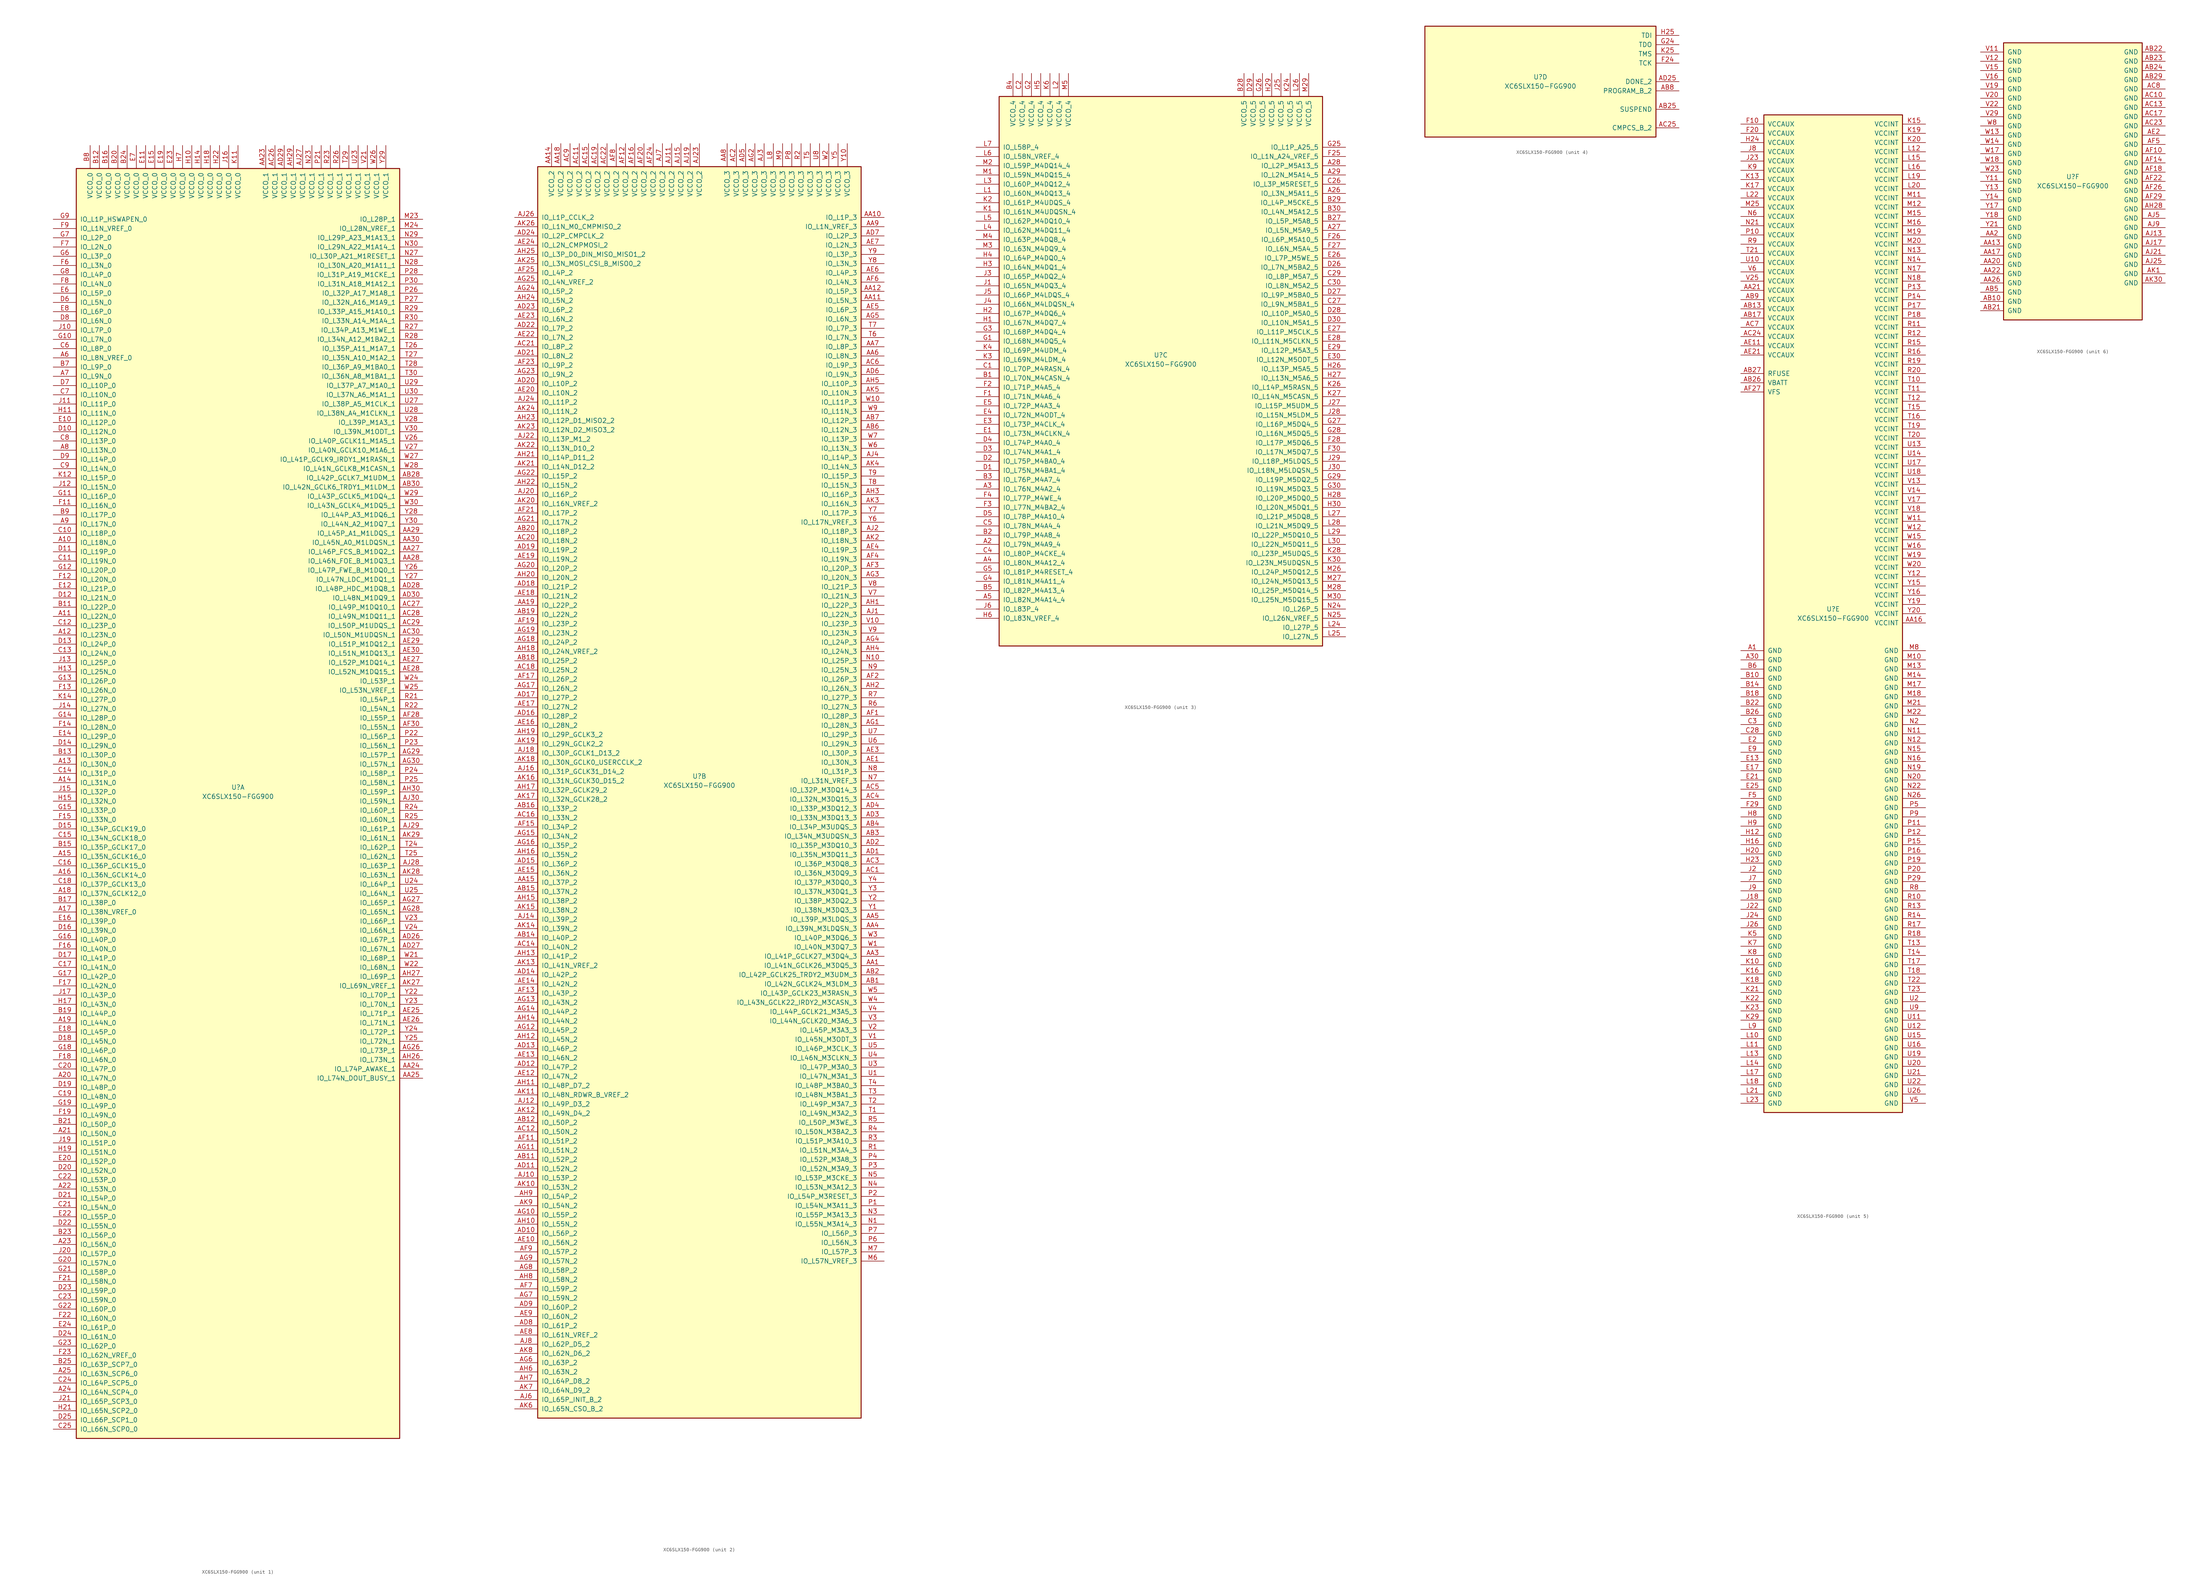
<source format=kicad_sym>
(kicad_symbol_lib
  (version 20201005)
  (generator kicad_symbol_editor)
  (symbol "XC6SLX150-FGG900"
    (pin_names
      (offset 1.016))
    (property "Reference" "U"
      (at 0 1.27 0)
      (effects (font (size 1.27 1.27))))
    (property "Value" "XC6SLX150-FGG900"
      (at 0 -1.27 0)
      (effects (font (size 1.27 1.27))))
    (property "Datasheet" ""
      (at 0 0 0)
      (effects (font (size 1.27 1.27))))
    (property "ki_locked" ""
      (at 0 0 0)
      (effects (font (size 1.27 1.27))))
    (symbol "XC6SLX150-FGG900_1_1"
      (rectangle (start -44.45 171.45) (end 44.45 -177.8) (stroke (width 0.254)) (fill (type background)))
      (pin power_in line (at -40.64 177.8 270) (length 6.35) (name "VCCO_0" (effects (font (size 1.27 1.27)))) (number "B8" (effects (font (size 1.27 1.27)))))
      (pin power_in line (at -38.1 177.8 270) (length 6.35) (name "VCCO_0" (effects (font (size 1.27 1.27)))) (number "B12" (effects (font (size 1.27 1.27)))))
      (pin power_in line (at -35.56 177.8 270) (length 6.35) (name "VCCO_0" (effects (font (size 1.27 1.27)))) (number "B16" (effects (font (size 1.27 1.27)))))
      (pin power_in line (at -33.02 177.8 270) (length 6.35) (name "VCCO_0" (effects (font (size 1.27 1.27)))) (number "B20" (effects (font (size 1.27 1.27)))))
      (pin power_in line (at -30.48 177.8 270) (length 6.35) (name "VCCO_0" (effects (font (size 1.27 1.27)))) (number "B24" (effects (font (size 1.27 1.27)))))
      (pin power_in line (at -27.94 177.8 270) (length 6.35) (name "VCCO_0" (effects (font (size 1.27 1.27)))) (number "E7" (effects (font (size 1.27 1.27)))))
      (pin power_in line (at -25.4 177.8 270) (length 6.35) (name "VCCO_0" (effects (font (size 1.27 1.27)))) (number "E11" (effects (font (size 1.27 1.27)))))
      (pin power_in line (at -22.86 177.8 270) (length 6.35) (name "VCCO_0" (effects (font (size 1.27 1.27)))) (number "E15" (effects (font (size 1.27 1.27)))))
      (pin power_in line (at -20.32 177.8 270) (length 6.35) (name "VCCO_0" (effects (font (size 1.27 1.27)))) (number "E19" (effects (font (size 1.27 1.27)))))
      (pin power_in line (at -17.78 177.8 270) (length 6.35) (name "VCCO_0" (effects (font (size 1.27 1.27)))) (number "E23" (effects (font (size 1.27 1.27)))))
      (pin power_in line (at -15.24 177.8 270) (length 6.35) (name "VCCO_0" (effects (font (size 1.27 1.27)))) (number "H7" (effects (font (size 1.27 1.27)))))
      (pin power_in line (at -12.7 177.8 270) (length 6.35) (name "VCCO_0" (effects (font (size 1.27 1.27)))) (number "H10" (effects (font (size 1.27 1.27)))))
      (pin power_in line (at -10.16 177.8 270) (length 6.35) (name "VCCO_0" (effects (font (size 1.27 1.27)))) (number "H14" (effects (font (size 1.27 1.27)))))
      (pin power_in line (at -7.62 177.8 270) (length 6.35) (name "VCCO_0" (effects (font (size 1.27 1.27)))) (number "H18" (effects (font (size 1.27 1.27)))))
      (pin power_in line (at -5.08 177.8 270) (length 6.35) (name "VCCO_0" (effects (font (size 1.27 1.27)))) (number "H22" (effects (font (size 1.27 1.27)))))
      (pin power_in line (at -2.54 177.8 270) (length 6.35) (name "VCCO_0" (effects (font (size 1.27 1.27)))) (number "J16" (effects (font (size 1.27 1.27)))))
      (pin power_in line (at 0 177.8 270) (length 6.35) (name "VCCO_0" (effects (font (size 1.27 1.27)))) (number "K11" (effects (font (size 1.27 1.27)))))
      (pin bidirectional line (at -50.8 157.48 0) (length 6.35) (name "IO_L1P_HSWAPEN_0" (effects (font (size 1.27 1.27)))) (number "G9" (effects (font (size 1.27 1.27)))))
      (pin bidirectional line (at -50.8 154.94 0) (length 6.35) (name "IO_L1N_VREF_0" (effects (font (size 1.27 1.27)))) (number "F9" (effects (font (size 1.27 1.27)))))
      (pin bidirectional line (at -50.8 152.4 0) (length 6.35) (name "IO_L2P_0" (effects (font (size 1.27 1.27)))) (number "G7" (effects (font (size 1.27 1.27)))))
      (pin bidirectional line (at -50.8 149.86 0) (length 6.35) (name "IO_L2N_0" (effects (font (size 1.27 1.27)))) (number "F7" (effects (font (size 1.27 1.27)))))
      (pin bidirectional line (at -50.8 147.32 0) (length 6.35) (name "IO_L3P_0" (effects (font (size 1.27 1.27)))) (number "G6" (effects (font (size 1.27 1.27)))))
      (pin bidirectional line (at -50.8 144.78 0) (length 6.35) (name "IO_L3N_0" (effects (font (size 1.27 1.27)))) (number "F6" (effects (font (size 1.27 1.27)))))
      (pin bidirectional line (at -50.8 142.24 0) (length 6.35) (name "IO_L4P_0" (effects (font (size 1.27 1.27)))) (number "G8" (effects (font (size 1.27 1.27)))))
      (pin bidirectional line (at -50.8 139.7 0) (length 6.35) (name "IO_L4N_0" (effects (font (size 1.27 1.27)))) (number "F8" (effects (font (size 1.27 1.27)))))
      (pin bidirectional line (at -50.8 137.16 0) (length 6.35) (name "IO_L5P_0" (effects (font (size 1.27 1.27)))) (number "E6" (effects (font (size 1.27 1.27)))))
      (pin bidirectional line (at -50.8 134.62 0) (length 6.35) (name "IO_L5N_0" (effects (font (size 1.27 1.27)))) (number "D6" (effects (font (size 1.27 1.27)))))
      (pin bidirectional line (at -50.8 132.08 0) (length 6.35) (name "IO_L6P_0" (effects (font (size 1.27 1.27)))) (number "E8" (effects (font (size 1.27 1.27)))))
      (pin bidirectional line (at -50.8 129.54 0) (length 6.35) (name "IO_L6N_0" (effects (font (size 1.27 1.27)))) (number "D8" (effects (font (size 1.27 1.27)))))
      (pin bidirectional line (at -50.8 127 0) (length 6.35) (name "IO_L7P_0" (effects (font (size 1.27 1.27)))) (number "J10" (effects (font (size 1.27 1.27)))))
      (pin bidirectional line (at -50.8 124.46 0) (length 6.35) (name "IO_L7N_0" (effects (font (size 1.27 1.27)))) (number "G10" (effects (font (size 1.27 1.27)))))
      (pin bidirectional line (at -50.8 121.92 0) (length 6.35) (name "IO_L8P_0" (effects (font (size 1.27 1.27)))) (number "C6" (effects (font (size 1.27 1.27)))))
      (pin bidirectional line (at -50.8 119.38 0) (length 6.35) (name "IO_L8N_VREF_0" (effects (font (size 1.27 1.27)))) (number "A6" (effects (font (size 1.27 1.27)))))
      (pin bidirectional line (at -50.8 116.84 0) (length 6.35) (name "IO_L9P_0" (effects (font (size 1.27 1.27)))) (number "B7" (effects (font (size 1.27 1.27)))))
      (pin bidirectional line (at -50.8 114.3 0) (length 6.35) (name "IO_L9N_0" (effects (font (size 1.27 1.27)))) (number "A7" (effects (font (size 1.27 1.27)))))
      (pin bidirectional line (at -50.8 111.76 0) (length 6.35) (name "IO_L10P_0" (effects (font (size 1.27 1.27)))) (number "D7" (effects (font (size 1.27 1.27)))))
      (pin bidirectional line (at -50.8 109.22 0) (length 6.35) (name "IO_L10N_0" (effects (font (size 1.27 1.27)))) (number "C7" (effects (font (size 1.27 1.27)))))
      (pin bidirectional line (at -50.8 106.68 0) (length 6.35) (name "IO_L11P_0" (effects (font (size 1.27 1.27)))) (number "J11" (effects (font (size 1.27 1.27)))))
      (pin bidirectional line (at -50.8 104.14 0) (length 6.35) (name "IO_L11N_0" (effects (font (size 1.27 1.27)))) (number "H11" (effects (font (size 1.27 1.27)))))
      (pin bidirectional line (at -50.8 101.6 0) (length 6.35) (name "IO_L12P_0" (effects (font (size 1.27 1.27)))) (number "E10" (effects (font (size 1.27 1.27)))))
      (pin bidirectional line (at -50.8 99.06 0) (length 6.35) (name "IO_L12N_0" (effects (font (size 1.27 1.27)))) (number "D10" (effects (font (size 1.27 1.27)))))
      (pin bidirectional line (at -50.8 96.52 0) (length 6.35) (name "IO_L13P_0" (effects (font (size 1.27 1.27)))) (number "C8" (effects (font (size 1.27 1.27)))))
      (pin bidirectional line (at -50.8 93.98 0) (length 6.35) (name "IO_L13N_0" (effects (font (size 1.27 1.27)))) (number "A8" (effects (font (size 1.27 1.27)))))
      (pin bidirectional line (at -50.8 91.44 0) (length 6.35) (name "IO_L14P_0" (effects (font (size 1.27 1.27)))) (number "D9" (effects (font (size 1.27 1.27)))))
      (pin bidirectional line (at -50.8 88.9 0) (length 6.35) (name "IO_L14N_0" (effects (font (size 1.27 1.27)))) (number "C9" (effects (font (size 1.27 1.27)))))
      (pin bidirectional line (at -50.8 86.36 0) (length 6.35) (name "IO_L15P_0" (effects (font (size 1.27 1.27)))) (number "K12" (effects (font (size 1.27 1.27)))))
      (pin bidirectional line (at -50.8 83.82 0) (length 6.35) (name "IO_L15N_0" (effects (font (size 1.27 1.27)))) (number "J12" (effects (font (size 1.27 1.27)))))
      (pin bidirectional line (at -50.8 81.28 0) (length 6.35) (name "IO_L16P_0" (effects (font (size 1.27 1.27)))) (number "G11" (effects (font (size 1.27 1.27)))))
      (pin bidirectional line (at -50.8 78.74 0) (length 6.35) (name "IO_L16N_0" (effects (font (size 1.27 1.27)))) (number "F11" (effects (font (size 1.27 1.27)))))
      (pin bidirectional line (at -50.8 76.2 0) (length 6.35) (name "IO_L17P_0" (effects (font (size 1.27 1.27)))) (number "B9" (effects (font (size 1.27 1.27)))))
      (pin bidirectional line (at -50.8 73.66 0) (length 6.35) (name "IO_L17N_0" (effects (font (size 1.27 1.27)))) (number "A9" (effects (font (size 1.27 1.27)))))
      (pin bidirectional line (at -50.8 71.12 0) (length 6.35) (name "IO_L18P_0" (effects (font (size 1.27 1.27)))) (number "C10" (effects (font (size 1.27 1.27)))))
      (pin bidirectional line (at -50.8 68.58 0) (length 6.35) (name "IO_L18N_0" (effects (font (size 1.27 1.27)))) (number "A10" (effects (font (size 1.27 1.27)))))
      (pin bidirectional line (at -50.8 66.04 0) (length 6.35) (name "IO_L19P_0" (effects (font (size 1.27 1.27)))) (number "D11" (effects (font (size 1.27 1.27)))))
      (pin bidirectional line (at -50.8 63.5 0) (length 6.35) (name "IO_L19N_0" (effects (font (size 1.27 1.27)))) (number "C11" (effects (font (size 1.27 1.27)))))
      (pin bidirectional line (at -50.8 60.96 0) (length 6.35) (name "IO_L20P_0" (effects (font (size 1.27 1.27)))) (number "G12" (effects (font (size 1.27 1.27)))))
      (pin bidirectional line (at -50.8 58.42 0) (length 6.35) (name "IO_L20N_0" (effects (font (size 1.27 1.27)))) (number "F12" (effects (font (size 1.27 1.27)))))
      (pin bidirectional line (at -50.8 55.88 0) (length 6.35) (name "IO_L21P_0" (effects (font (size 1.27 1.27)))) (number "E12" (effects (font (size 1.27 1.27)))))
      (pin bidirectional line (at -50.8 53.34 0) (length 6.35) (name "IO_L21N_0" (effects (font (size 1.27 1.27)))) (number "D12" (effects (font (size 1.27 1.27)))))
      (pin bidirectional line (at -50.8 50.8 0) (length 6.35) (name "IO_L22P_0" (effects (font (size 1.27 1.27)))) (number "B11" (effects (font (size 1.27 1.27)))))
      (pin bidirectional line (at -50.8 48.26 0) (length 6.35) (name "IO_L22N_0" (effects (font (size 1.27 1.27)))) (number "A11" (effects (font (size 1.27 1.27)))))
      (pin bidirectional line (at -50.8 45.72 0) (length 6.35) (name "IO_L23P_0" (effects (font (size 1.27 1.27)))) (number "C12" (effects (font (size 1.27 1.27)))))
      (pin bidirectional line (at -50.8 43.18 0) (length 6.35) (name "IO_L23N_0" (effects (font (size 1.27 1.27)))) (number "A12" (effects (font (size 1.27 1.27)))))
      (pin bidirectional line (at -50.8 40.64 0) (length 6.35) (name "IO_L24P_0" (effects (font (size 1.27 1.27)))) (number "D13" (effects (font (size 1.27 1.27)))))
      (pin bidirectional line (at -50.8 38.1 0) (length 6.35) (name "IO_L24N_0" (effects (font (size 1.27 1.27)))) (number "C13" (effects (font (size 1.27 1.27)))))
      (pin bidirectional line (at -50.8 35.56 0) (length 6.35) (name "IO_L25P_0" (effects (font (size 1.27 1.27)))) (number "J13" (effects (font (size 1.27 1.27)))))
      (pin bidirectional line (at -50.8 33.02 0) (length 6.35) (name "IO_L25N_0" (effects (font (size 1.27 1.27)))) (number "H13" (effects (font (size 1.27 1.27)))))
      (pin bidirectional line (at -50.8 30.48 0) (length 6.35) (name "IO_L26P_0" (effects (font (size 1.27 1.27)))) (number "G13" (effects (font (size 1.27 1.27)))))
      (pin bidirectional line (at -50.8 27.94 0) (length 6.35) (name "IO_L26N_0" (effects (font (size 1.27 1.27)))) (number "F13" (effects (font (size 1.27 1.27)))))
      (pin bidirectional line (at -50.8 25.4 0) (length 6.35) (name "IO_L27P_0" (effects (font (size 1.27 1.27)))) (number "K14" (effects (font (size 1.27 1.27)))))
      (pin bidirectional line (at -50.8 22.86 0) (length 6.35) (name "IO_L27N_0" (effects (font (size 1.27 1.27)))) (number "J14" (effects (font (size 1.27 1.27)))))
      (pin bidirectional line (at -50.8 20.32 0) (length 6.35) (name "IO_L28P_0" (effects (font (size 1.27 1.27)))) (number "G14" (effects (font (size 1.27 1.27)))))
      (pin bidirectional line (at -50.8 17.78 0) (length 6.35) (name "IO_L28N_0" (effects (font (size 1.27 1.27)))) (number "F14" (effects (font (size 1.27 1.27)))))
      (pin bidirectional line (at -50.8 15.24 0) (length 6.35) (name "IO_L29P_0" (effects (font (size 1.27 1.27)))) (number "E14" (effects (font (size 1.27 1.27)))))
      (pin bidirectional line (at -50.8 12.7 0) (length 6.35) (name "IO_L29N_0" (effects (font (size 1.27 1.27)))) (number "D14" (effects (font (size 1.27 1.27)))))
      (pin bidirectional line (at -50.8 10.16 0) (length 6.35) (name "IO_L30P_0" (effects (font (size 1.27 1.27)))) (number "B13" (effects (font (size 1.27 1.27)))))
      (pin bidirectional line (at -50.8 7.62 0) (length 6.35) (name "IO_L30N_0" (effects (font (size 1.27 1.27)))) (number "A13" (effects (font (size 1.27 1.27)))))
      (pin bidirectional line (at -50.8 5.08 0) (length 6.35) (name "IO_L31P_0" (effects (font (size 1.27 1.27)))) (number "C14" (effects (font (size 1.27 1.27)))))
      (pin bidirectional line (at -50.8 2.54 0) (length 6.35) (name "IO_L31N_0" (effects (font (size 1.27 1.27)))) (number "A14" (effects (font (size 1.27 1.27)))))
      (pin bidirectional line (at -50.8 0 0) (length 6.35) (name "IO_L32P_0" (effects (font (size 1.27 1.27)))) (number "J15" (effects (font (size 1.27 1.27)))))
      (pin bidirectional line (at -50.8 -2.54 0) (length 6.35) (name "IO_L32N_0" (effects (font (size 1.27 1.27)))) (number "H15" (effects (font (size 1.27 1.27)))))
      (pin bidirectional line (at -50.8 -5.08 0) (length 6.35) (name "IO_L33P_0" (effects (font (size 1.27 1.27)))) (number "G15" (effects (font (size 1.27 1.27)))))
      (pin bidirectional line (at -50.8 -7.62 0) (length 6.35) (name "IO_L33N_0" (effects (font (size 1.27 1.27)))) (number "F15" (effects (font (size 1.27 1.27)))))
      (pin bidirectional line (at -50.8 -10.16 0) (length 6.35) (name "IO_L34P_GCLK19_0" (effects (font (size 1.27 1.27)))) (number "D15" (effects (font (size 1.27 1.27)))))
      (pin bidirectional line (at -50.8 -12.7 0) (length 6.35) (name "IO_L34N_GCLK18_0" (effects (font (size 1.27 1.27)))) (number "C15" (effects (font (size 1.27 1.27)))))
      (pin bidirectional line (at -50.8 -15.24 0) (length 6.35) (name "IO_L35P_GCLK17_0" (effects (font (size 1.27 1.27)))) (number "B15" (effects (font (size 1.27 1.27)))))
      (pin bidirectional line (at -50.8 -17.78 0) (length 6.35) (name "IO_L35N_GCLK16_0" (effects (font (size 1.27 1.27)))) (number "A15" (effects (font (size 1.27 1.27)))))
      (pin bidirectional line (at -50.8 -20.32 0) (length 6.35) (name "IO_L36P_GCLK15_0" (effects (font (size 1.27 1.27)))) (number "C16" (effects (font (size 1.27 1.27)))))
      (pin bidirectional line (at -50.8 -22.86 0) (length 6.35) (name "IO_L36N_GCLK14_0" (effects (font (size 1.27 1.27)))) (number "A16" (effects (font (size 1.27 1.27)))))
      (pin bidirectional line (at -50.8 -25.4 0) (length 6.35) (name "IO_L37P_GCLK13_0" (effects (font (size 1.27 1.27)))) (number "C18" (effects (font (size 1.27 1.27)))))
      (pin bidirectional line (at -50.8 -27.94 0) (length 6.35) (name "IO_L37N_GCLK12_0" (effects (font (size 1.27 1.27)))) (number "A18" (effects (font (size 1.27 1.27)))))
      (pin bidirectional line (at -50.8 -30.48 0) (length 6.35) (name "IO_L38P_0" (effects (font (size 1.27 1.27)))) (number "B17" (effects (font (size 1.27 1.27)))))
      (pin bidirectional line (at -50.8 -33.02 0) (length 6.35) (name "IO_L38N_VREF_0" (effects (font (size 1.27 1.27)))) (number "A17" (effects (font (size 1.27 1.27)))))
      (pin bidirectional line (at -50.8 -35.56 0) (length 6.35) (name "IO_L39P_0" (effects (font (size 1.27 1.27)))) (number "E16" (effects (font (size 1.27 1.27)))))
      (pin bidirectional line (at -50.8 -38.1 0) (length 6.35) (name "IO_L39N_0" (effects (font (size 1.27 1.27)))) (number "D16" (effects (font (size 1.27 1.27)))))
      (pin bidirectional line (at -50.8 -40.64 0) (length 6.35) (name "IO_L40P_0" (effects (font (size 1.27 1.27)))) (number "G16" (effects (font (size 1.27 1.27)))))
      (pin bidirectional line (at -50.8 -43.18 0) (length 6.35) (name "IO_L40N_0" (effects (font (size 1.27 1.27)))) (number "F16" (effects (font (size 1.27 1.27)))))
      (pin bidirectional line (at -50.8 -45.72 0) (length 6.35) (name "IO_L41P_0" (effects (font (size 1.27 1.27)))) (number "D17" (effects (font (size 1.27 1.27)))))
      (pin bidirectional line (at -50.8 -48.26 0) (length 6.35) (name "IO_L41N_0" (effects (font (size 1.27 1.27)))) (number "C17" (effects (font (size 1.27 1.27)))))
      (pin bidirectional line (at -50.8 -50.8 0) (length 6.35) (name "IO_L42P_0" (effects (font (size 1.27 1.27)))) (number "G17" (effects (font (size 1.27 1.27)))))
      (pin bidirectional line (at -50.8 -53.34 0) (length 6.35) (name "IO_L42N_0" (effects (font (size 1.27 1.27)))) (number "F17" (effects (font (size 1.27 1.27)))))
      (pin bidirectional line (at -50.8 -55.88 0) (length 6.35) (name "IO_L43P_0" (effects (font (size 1.27 1.27)))) (number "J17" (effects (font (size 1.27 1.27)))))
      (pin bidirectional line (at -50.8 -58.42 0) (length 6.35) (name "IO_L43N_0" (effects (font (size 1.27 1.27)))) (number "H17" (effects (font (size 1.27 1.27)))))
      (pin bidirectional line (at -50.8 -60.96 0) (length 6.35) (name "IO_L44P_0" (effects (font (size 1.27 1.27)))) (number "B19" (effects (font (size 1.27 1.27)))))
      (pin bidirectional line (at -50.8 -63.5 0) (length 6.35) (name "IO_L44N_0" (effects (font (size 1.27 1.27)))) (number "A19" (effects (font (size 1.27 1.27)))))
      (pin bidirectional line (at -50.8 -66.04 0) (length 6.35) (name "IO_L45P_0" (effects (font (size 1.27 1.27)))) (number "E18" (effects (font (size 1.27 1.27)))))
      (pin bidirectional line (at -50.8 -68.58 0) (length 6.35) (name "IO_L45N_0" (effects (font (size 1.27 1.27)))) (number "D18" (effects (font (size 1.27 1.27)))))
      (pin bidirectional line (at -50.8 -71.12 0) (length 6.35) (name "IO_L46P_0" (effects (font (size 1.27 1.27)))) (number "G18" (effects (font (size 1.27 1.27)))))
      (pin bidirectional line (at -50.8 -73.66 0) (length 6.35) (name "IO_L46N_0" (effects (font (size 1.27 1.27)))) (number "F18" (effects (font (size 1.27 1.27)))))
      (pin bidirectional line (at -50.8 -76.2 0) (length 6.35) (name "IO_L47P_0" (effects (font (size 1.27 1.27)))) (number "C20" (effects (font (size 1.27 1.27)))))
      (pin bidirectional line (at -50.8 -78.74 0) (length 6.35) (name "IO_L47N_0" (effects (font (size 1.27 1.27)))) (number "A20" (effects (font (size 1.27 1.27)))))
      (pin bidirectional line (at -50.8 -81.28 0) (length 6.35) (name "IO_L48P_0" (effects (font (size 1.27 1.27)))) (number "D19" (effects (font (size 1.27 1.27)))))
      (pin bidirectional line (at -50.8 -83.82 0) (length 6.35) (name "IO_L48N_0" (effects (font (size 1.27 1.27)))) (number "C19" (effects (font (size 1.27 1.27)))))
      (pin bidirectional line (at -50.8 -86.36 0) (length 6.35) (name "IO_L49P_0" (effects (font (size 1.27 1.27)))) (number "G19" (effects (font (size 1.27 1.27)))))
      (pin bidirectional line (at -50.8 -88.9 0) (length 6.35) (name "IO_L49N_0" (effects (font (size 1.27 1.27)))) (number "F19" (effects (font (size 1.27 1.27)))))
      (pin bidirectional line (at -50.8 -91.44 0) (length 6.35) (name "IO_L50P_0" (effects (font (size 1.27 1.27)))) (number "B21" (effects (font (size 1.27 1.27)))))
      (pin bidirectional line (at -50.8 -93.98 0) (length 6.35) (name "IO_L50N_0" (effects (font (size 1.27 1.27)))) (number "A21" (effects (font (size 1.27 1.27)))))
      (pin bidirectional line (at -50.8 -96.52 0) (length 6.35) (name "IO_L51P_0" (effects (font (size 1.27 1.27)))) (number "J19" (effects (font (size 1.27 1.27)))))
      (pin bidirectional line (at -50.8 -99.06 0) (length 6.35) (name "IO_L51N_0" (effects (font (size 1.27 1.27)))) (number "H19" (effects (font (size 1.27 1.27)))))
      (pin bidirectional line (at -50.8 -101.6 0) (length 6.35) (name "IO_L52P_0" (effects (font (size 1.27 1.27)))) (number "E20" (effects (font (size 1.27 1.27)))))
      (pin bidirectional line (at -50.8 -104.14 0) (length 6.35) (name "IO_L52N_0" (effects (font (size 1.27 1.27)))) (number "D20" (effects (font (size 1.27 1.27)))))
      (pin bidirectional line (at -50.8 -106.68 0) (length 6.35) (name "IO_L53P_0" (effects (font (size 1.27 1.27)))) (number "C22" (effects (font (size 1.27 1.27)))))
      (pin bidirectional line (at -50.8 -109.22 0) (length 6.35) (name "IO_L53N_0" (effects (font (size 1.27 1.27)))) (number "A22" (effects (font (size 1.27 1.27)))))
      (pin bidirectional line (at -50.8 -111.76 0) (length 6.35) (name "IO_L54P_0" (effects (font (size 1.27 1.27)))) (number "D21" (effects (font (size 1.27 1.27)))))
      (pin bidirectional line (at -50.8 -114.3 0) (length 6.35) (name "IO_L54N_0" (effects (font (size 1.27 1.27)))) (number "C21" (effects (font (size 1.27 1.27)))))
      (pin bidirectional line (at -50.8 -116.84 0) (length 6.35) (name "IO_L55P_0" (effects (font (size 1.27 1.27)))) (number "E22" (effects (font (size 1.27 1.27)))))
      (pin bidirectional line (at -50.8 -119.38 0) (length 6.35) (name "IO_L55N_0" (effects (font (size 1.27 1.27)))) (number "D22" (effects (font (size 1.27 1.27)))))
      (pin bidirectional line (at -50.8 -121.92 0) (length 6.35) (name "IO_L56P_0" (effects (font (size 1.27 1.27)))) (number "B23" (effects (font (size 1.27 1.27)))))
      (pin bidirectional line (at -50.8 -124.46 0) (length 6.35) (name "IO_L56N_0" (effects (font (size 1.27 1.27)))) (number "A23" (effects (font (size 1.27 1.27)))))
      (pin bidirectional line (at -50.8 -127 0) (length 6.35) (name "IO_L57P_0" (effects (font (size 1.27 1.27)))) (number "J20" (effects (font (size 1.27 1.27)))))
      (pin bidirectional line (at -50.8 -129.54 0) (length 6.35) (name "IO_L57N_0" (effects (font (size 1.27 1.27)))) (number "G20" (effects (font (size 1.27 1.27)))))
      (pin bidirectional line (at -50.8 -132.08 0) (length 6.35) (name "IO_L58P_0" (effects (font (size 1.27 1.27)))) (number "G21" (effects (font (size 1.27 1.27)))))
      (pin bidirectional line (at -50.8 -134.62 0) (length 6.35) (name "IO_L58N_0" (effects (font (size 1.27 1.27)))) (number "F21" (effects (font (size 1.27 1.27)))))
      (pin bidirectional line (at -50.8 -137.16 0) (length 6.35) (name "IO_L59P_0" (effects (font (size 1.27 1.27)))) (number "D23" (effects (font (size 1.27 1.27)))))
      (pin bidirectional line (at -50.8 -139.7 0) (length 6.35) (name "IO_L59N_0" (effects (font (size 1.27 1.27)))) (number "C23" (effects (font (size 1.27 1.27)))))
      (pin bidirectional line (at -50.8 -142.24 0) (length 6.35) (name "IO_L60P_0" (effects (font (size 1.27 1.27)))) (number "G22" (effects (font (size 1.27 1.27)))))
      (pin bidirectional line (at -50.8 -144.78 0) (length 6.35) (name "IO_L60N_0" (effects (font (size 1.27 1.27)))) (number "F22" (effects (font (size 1.27 1.27)))))
      (pin bidirectional line (at -50.8 -147.32 0) (length 6.35) (name "IO_L61P_0" (effects (font (size 1.27 1.27)))) (number "E24" (effects (font (size 1.27 1.27)))))
      (pin bidirectional line (at -50.8 -149.86 0) (length 6.35) (name "IO_L61N_0" (effects (font (size 1.27 1.27)))) (number "D24" (effects (font (size 1.27 1.27)))))
      (pin bidirectional line (at -50.8 -152.4 0) (length 6.35) (name "IO_L62P_0" (effects (font (size 1.27 1.27)))) (number "G23" (effects (font (size 1.27 1.27)))))
      (pin bidirectional line (at -50.8 -154.94 0) (length 6.35) (name "IO_L62N_VREF_0" (effects (font (size 1.27 1.27)))) (number "F23" (effects (font (size 1.27 1.27)))))
      (pin bidirectional line (at -50.8 -157.48 0) (length 6.35) (name "IO_L63P_SCP7_0" (effects (font (size 1.27 1.27)))) (number "B25" (effects (font (size 1.27 1.27)))))
      (pin bidirectional line (at -50.8 -160.02 0) (length 6.35) (name "IO_L63N_SCP6_0" (effects (font (size 1.27 1.27)))) (number "A25" (effects (font (size 1.27 1.27)))))
      (pin bidirectional line (at -50.8 -162.56 0) (length 6.35) (name "IO_L64P_SCP5_0" (effects (font (size 1.27 1.27)))) (number "C24" (effects (font (size 1.27 1.27)))))
      (pin bidirectional line (at -50.8 -165.1 0) (length 6.35) (name "IO_L64N_SCP4_0" (effects (font (size 1.27 1.27)))) (number "A24" (effects (font (size 1.27 1.27)))))
      (pin bidirectional line (at -50.8 -167.64 0) (length 6.35) (name "IO_L65P_SCP3_0" (effects (font (size 1.27 1.27)))) (number "J21" (effects (font (size 1.27 1.27)))))
      (pin bidirectional line (at -50.8 -170.18 0) (length 6.35) (name "IO_L65N_SCP2_0" (effects (font (size 1.27 1.27)))) (number "H21" (effects (font (size 1.27 1.27)))))
      (pin bidirectional line (at -50.8 -172.72 0) (length 6.35) (name "IO_L66P_SCP1_0" (effects (font (size 1.27 1.27)))) (number "D25" (effects (font (size 1.27 1.27)))))
      (pin bidirectional line (at -50.8 -175.26 0) (length 6.35) (name "IO_L66N_SCP0_0" (effects (font (size 1.27 1.27)))) (number "C25" (effects (font (size 1.27 1.27)))))
      (pin power_in line (at 7.62 177.8 270) (length 6.35) (name "VCCO_1" (effects (font (size 1.27 1.27)))) (number "AA23" (effects (font (size 1.27 1.27)))))
      (pin power_in line (at 10.16 177.8 270) (length 6.35) (name "VCCO_1" (effects (font (size 1.27 1.27)))) (number "AC26" (effects (font (size 1.27 1.27)))))
      (pin power_in line (at 12.7 177.8 270) (length 6.35) (name "VCCO_1" (effects (font (size 1.27 1.27)))) (number "AD29" (effects (font (size 1.27 1.27)))))
      (pin power_in line (at 15.24 177.8 270) (length 6.35) (name "VCCO_1" (effects (font (size 1.27 1.27)))) (number "AH29" (effects (font (size 1.27 1.27)))))
      (pin power_in line (at 17.78 177.8 270) (length 6.35) (name "VCCO_1" (effects (font (size 1.27 1.27)))) (number "AJ27" (effects (font (size 1.27 1.27)))))
      (pin power_in line (at 20.32 177.8 270) (length 6.35) (name "VCCO_1" (effects (font (size 1.27 1.27)))) (number "N23" (effects (font (size 1.27 1.27)))))
      (pin power_in line (at 22.86 177.8 270) (length 6.35) (name "VCCO_1" (effects (font (size 1.27 1.27)))) (number "P21" (effects (font (size 1.27 1.27)))))
      (pin power_in line (at 25.4 177.8 270) (length 6.35) (name "VCCO_1" (effects (font (size 1.27 1.27)))) (number "R23" (effects (font (size 1.27 1.27)))))
      (pin power_in line (at 27.94 177.8 270) (length 6.35) (name "VCCO_1" (effects (font (size 1.27 1.27)))) (number "R26" (effects (font (size 1.27 1.27)))))
      (pin power_in line (at 30.48 177.8 270) (length 6.35) (name "VCCO_1" (effects (font (size 1.27 1.27)))) (number "T29" (effects (font (size 1.27 1.27)))))
      (pin power_in line (at 33.02 177.8 270) (length 6.35) (name "VCCO_1" (effects (font (size 1.27 1.27)))) (number "U23" (effects (font (size 1.27 1.27)))))
      (pin power_in line (at 35.56 177.8 270) (length 6.35) (name "VCCO_1" (effects (font (size 1.27 1.27)))) (number "V21" (effects (font (size 1.27 1.27)))))
      (pin power_in line (at 38.1 177.8 270) (length 6.35) (name "VCCO_1" (effects (font (size 1.27 1.27)))) (number "W26" (effects (font (size 1.27 1.27)))))
      (pin power_in line (at 40.64 177.8 270) (length 6.35) (name "VCCO_1" (effects (font (size 1.27 1.27)))) (number "Y29" (effects (font (size 1.27 1.27)))))
      (pin bidirectional line (at 50.8 157.48 180) (length 6.35) (name "IO_L28P_1" (effects (font (size 1.27 1.27)))) (number "M23" (effects (font (size 1.27 1.27)))))
      (pin bidirectional line (at 50.8 154.94 180) (length 6.35) (name "IO_L28N_VREF_1" (effects (font (size 1.27 1.27)))) (number "M24" (effects (font (size 1.27 1.27)))))
      (pin bidirectional line (at 50.8 152.4 180) (length 6.35) (name "IO_L29P_A23_M1A13_1" (effects (font (size 1.27 1.27)))) (number "N29" (effects (font (size 1.27 1.27)))))
      (pin bidirectional line (at 50.8 149.86 180) (length 6.35) (name "IO_L29N_A22_M1A14_1" (effects (font (size 1.27 1.27)))) (number "N30" (effects (font (size 1.27 1.27)))))
      (pin bidirectional line (at 50.8 147.32 180) (length 6.35) (name "IO_L30P_A21_M1RESET_1" (effects (font (size 1.27 1.27)))) (number "N27" (effects (font (size 1.27 1.27)))))
      (pin bidirectional line (at 50.8 144.78 180) (length 6.35) (name "IO_L30N_A20_M1A11_1" (effects (font (size 1.27 1.27)))) (number "N28" (effects (font (size 1.27 1.27)))))
      (pin bidirectional line (at 50.8 142.24 180) (length 6.35) (name "IO_L31P_A19_M1CKE_1" (effects (font (size 1.27 1.27)))) (number "P28" (effects (font (size 1.27 1.27)))))
      (pin bidirectional line (at 50.8 139.7 180) (length 6.35) (name "IO_L31N_A18_M1A12_1" (effects (font (size 1.27 1.27)))) (number "P30" (effects (font (size 1.27 1.27)))))
      (pin bidirectional line (at 50.8 137.16 180) (length 6.35) (name "IO_L32P_A17_M1A8_1" (effects (font (size 1.27 1.27)))) (number "P26" (effects (font (size 1.27 1.27)))))
      (pin bidirectional line (at 50.8 134.62 180) (length 6.35) (name "IO_L32N_A16_M1A9_1" (effects (font (size 1.27 1.27)))) (number "P27" (effects (font (size 1.27 1.27)))))
      (pin bidirectional line (at 50.8 132.08 180) (length 6.35) (name "IO_L33P_A15_M1A10_1" (effects (font (size 1.27 1.27)))) (number "R29" (effects (font (size 1.27 1.27)))))
      (pin bidirectional line (at 50.8 129.54 180) (length 6.35) (name "IO_L33N_A14_M1A4_1" (effects (font (size 1.27 1.27)))) (number "R30" (effects (font (size 1.27 1.27)))))
      (pin bidirectional line (at 50.8 127 180) (length 6.35) (name "IO_L34P_A13_M1WE_1" (effects (font (size 1.27 1.27)))) (number "R27" (effects (font (size 1.27 1.27)))))
      (pin bidirectional line (at 50.8 124.46 180) (length 6.35) (name "IO_L34N_A12_M1BA2_1" (effects (font (size 1.27 1.27)))) (number "R28" (effects (font (size 1.27 1.27)))))
      (pin bidirectional line (at 50.8 121.92 180) (length 6.35) (name "IO_L35P_A11_M1A7_1" (effects (font (size 1.27 1.27)))) (number "T26" (effects (font (size 1.27 1.27)))))
      (pin bidirectional line (at 50.8 119.38 180) (length 6.35) (name "IO_L35N_A10_M1A2_1" (effects (font (size 1.27 1.27)))) (number "T27" (effects (font (size 1.27 1.27)))))
      (pin bidirectional line (at 50.8 116.84 180) (length 6.35) (name "IO_L36P_A9_M1BA0_1" (effects (font (size 1.27 1.27)))) (number "T28" (effects (font (size 1.27 1.27)))))
      (pin bidirectional line (at 50.8 114.3 180) (length 6.35) (name "IO_L36N_A8_M1BA1_1" (effects (font (size 1.27 1.27)))) (number "T30" (effects (font (size 1.27 1.27)))))
      (pin bidirectional line (at 50.8 111.76 180) (length 6.35) (name "IO_L37P_A7_M1A0_1" (effects (font (size 1.27 1.27)))) (number "U29" (effects (font (size 1.27 1.27)))))
      (pin bidirectional line (at 50.8 109.22 180) (length 6.35) (name "IO_L37N_A6_M1A1_1" (effects (font (size 1.27 1.27)))) (number "U30" (effects (font (size 1.27 1.27)))))
      (pin bidirectional line (at 50.8 106.68 180) (length 6.35) (name "IO_L38P_A5_M1CLK_1" (effects (font (size 1.27 1.27)))) (number "U27" (effects (font (size 1.27 1.27)))))
      (pin bidirectional line (at 50.8 104.14 180) (length 6.35) (name "IO_L38N_A4_M1CLKN_1" (effects (font (size 1.27 1.27)))) (number "U28" (effects (font (size 1.27 1.27)))))
      (pin bidirectional line (at 50.8 101.6 180) (length 6.35) (name "IO_L39P_M1A3_1" (effects (font (size 1.27 1.27)))) (number "V28" (effects (font (size 1.27 1.27)))))
      (pin bidirectional line (at 50.8 99.06 180) (length 6.35) (name "IO_L39N_M1ODT_1" (effects (font (size 1.27 1.27)))) (number "V30" (effects (font (size 1.27 1.27)))))
      (pin bidirectional line (at 50.8 96.52 180) (length 6.35) (name "IO_L40P_GCLK11_M1A5_1" (effects (font (size 1.27 1.27)))) (number "V26" (effects (font (size 1.27 1.27)))))
      (pin bidirectional line (at 50.8 93.98 180) (length 6.35) (name "IO_L40N_GCLK10_M1A6_1" (effects (font (size 1.27 1.27)))) (number "V27" (effects (font (size 1.27 1.27)))))
      (pin bidirectional line (at 50.8 91.44 180) (length 6.35) (name "IO_L41P_GCLK9_IRDY1_M1RASN_1" (effects (font (size 1.27 1.27)))) (number "W27" (effects (font (size 1.27 1.27)))))
      (pin bidirectional line (at 50.8 88.9 180) (length 6.35) (name "IO_L41N_GCLK8_M1CASN_1" (effects (font (size 1.27 1.27)))) (number "W28" (effects (font (size 1.27 1.27)))))
      (pin bidirectional line (at 50.8 86.36 180) (length 6.35) (name "IO_L42P_GCLK7_M1UDM_1" (effects (font (size 1.27 1.27)))) (number "AB28" (effects (font (size 1.27 1.27)))))
      (pin bidirectional line (at 50.8 83.82 180) (length 6.35) (name "IO_L42N_GCLK6_TRDY1_M1LDM_1" (effects (font (size 1.27 1.27)))) (number "AB30" (effects (font (size 1.27 1.27)))))
      (pin bidirectional line (at 50.8 81.28 180) (length 6.35) (name "IO_L43P_GCLK5_M1DQ4_1" (effects (font (size 1.27 1.27)))) (number "W29" (effects (font (size 1.27 1.27)))))
      (pin bidirectional line (at 50.8 78.74 180) (length 6.35) (name "IO_L43N_GCLK4_M1DQ5_1" (effects (font (size 1.27 1.27)))) (number "W30" (effects (font (size 1.27 1.27)))))
      (pin bidirectional line (at 50.8 76.2 180) (length 6.35) (name "IO_L44P_A3_M1DQ6_1" (effects (font (size 1.27 1.27)))) (number "Y28" (effects (font (size 1.27 1.27)))))
      (pin bidirectional line (at 50.8 73.66 180) (length 6.35) (name "IO_L44N_A2_M1DQ7_1" (effects (font (size 1.27 1.27)))) (number "Y30" (effects (font (size 1.27 1.27)))))
      (pin bidirectional line (at 50.8 71.12 180) (length 6.35) (name "IO_L45P_A1_M1LDQS_1" (effects (font (size 1.27 1.27)))) (number "AA29" (effects (font (size 1.27 1.27)))))
      (pin bidirectional line (at 50.8 68.58 180) (length 6.35) (name "IO_L45N_A0_M1LDQSN_1" (effects (font (size 1.27 1.27)))) (number "AA30" (effects (font (size 1.27 1.27)))))
      (pin bidirectional line (at 50.8 66.04 180) (length 6.35) (name "IO_L46P_FCS_B_M1DQ2_1" (effects (font (size 1.27 1.27)))) (number "AA27" (effects (font (size 1.27 1.27)))))
      (pin bidirectional line (at 50.8 63.5 180) (length 6.35) (name "IO_L46N_FOE_B_M1DQ3_1" (effects (font (size 1.27 1.27)))) (number "AA28" (effects (font (size 1.27 1.27)))))
      (pin bidirectional line (at 50.8 60.96 180) (length 6.35) (name "IO_L47P_FWE_B_M1DQ0_1" (effects (font (size 1.27 1.27)))) (number "Y26" (effects (font (size 1.27 1.27)))))
      (pin bidirectional line (at 50.8 58.42 180) (length 6.35) (name "IO_L47N_LDC_M1DQ1_1" (effects (font (size 1.27 1.27)))) (number "Y27" (effects (font (size 1.27 1.27)))))
      (pin bidirectional line (at 50.8 55.88 180) (length 6.35) (name "IO_L48P_HDC_M1DQ8_1" (effects (font (size 1.27 1.27)))) (number "AD28" (effects (font (size 1.27 1.27)))))
      (pin bidirectional line (at 50.8 53.34 180) (length 6.35) (name "IO_L48N_M1DQ9_1" (effects (font (size 1.27 1.27)))) (number "AD30" (effects (font (size 1.27 1.27)))))
      (pin bidirectional line (at 50.8 50.8 180) (length 6.35) (name "IO_L49P_M1DQ10_1" (effects (font (size 1.27 1.27)))) (number "AC27" (effects (font (size 1.27 1.27)))))
      (pin bidirectional line (at 50.8 48.26 180) (length 6.35) (name "IO_L49N_M1DQ11_1" (effects (font (size 1.27 1.27)))) (number "AC28" (effects (font (size 1.27 1.27)))))
      (pin bidirectional line (at 50.8 45.72 180) (length 6.35) (name "IO_L50P_M1UDQS_1" (effects (font (size 1.27 1.27)))) (number "AC29" (effects (font (size 1.27 1.27)))))
      (pin bidirectional line (at 50.8 43.18 180) (length 6.35) (name "IO_L50N_M1UDQSN_1" (effects (font (size 1.27 1.27)))) (number "AC30" (effects (font (size 1.27 1.27)))))
      (pin bidirectional line (at 50.8 40.64 180) (length 6.35) (name "IO_L51P_M1DQ12_1" (effects (font (size 1.27 1.27)))) (number "AE29" (effects (font (size 1.27 1.27)))))
      (pin bidirectional line (at 50.8 38.1 180) (length 6.35) (name "IO_L51N_M1DQ13_1" (effects (font (size 1.27 1.27)))) (number "AE30" (effects (font (size 1.27 1.27)))))
      (pin bidirectional line (at 50.8 35.56 180) (length 6.35) (name "IO_L52P_M1DQ14_1" (effects (font (size 1.27 1.27)))) (number "AE27" (effects (font (size 1.27 1.27)))))
      (pin bidirectional line (at 50.8 33.02 180) (length 6.35) (name "IO_L52N_M1DQ15_1" (effects (font (size 1.27 1.27)))) (number "AE28" (effects (font (size 1.27 1.27)))))
      (pin bidirectional line (at 50.8 30.48 180) (length 6.35) (name "IO_L53P_1" (effects (font (size 1.27 1.27)))) (number "W24" (effects (font (size 1.27 1.27)))))
      (pin bidirectional line (at 50.8 27.94 180) (length 6.35) (name "IO_L53N_VREF_1" (effects (font (size 1.27 1.27)))) (number "W25" (effects (font (size 1.27 1.27)))))
      (pin bidirectional line (at 50.8 25.4 180) (length 6.35) (name "IO_L54P_1" (effects (font (size 1.27 1.27)))) (number "R21" (effects (font (size 1.27 1.27)))))
      (pin bidirectional line (at 50.8 22.86 180) (length 6.35) (name "IO_L54N_1" (effects (font (size 1.27 1.27)))) (number "R22" (effects (font (size 1.27 1.27)))))
      (pin bidirectional line (at 50.8 20.32 180) (length 6.35) (name "IO_L55P_1" (effects (font (size 1.27 1.27)))) (number "AF28" (effects (font (size 1.27 1.27)))))
      (pin bidirectional line (at 50.8 17.78 180) (length 6.35) (name "IO_L55N_1" (effects (font (size 1.27 1.27)))) (number "AF30" (effects (font (size 1.27 1.27)))))
      (pin bidirectional line (at 50.8 15.24 180) (length 6.35) (name "IO_L56P_1" (effects (font (size 1.27 1.27)))) (number "P22" (effects (font (size 1.27 1.27)))))
      (pin bidirectional line (at 50.8 12.7 180) (length 6.35) (name "IO_L56N_1" (effects (font (size 1.27 1.27)))) (number "P23" (effects (font (size 1.27 1.27)))))
      (pin bidirectional line (at 50.8 10.16 180) (length 6.35) (name "IO_L57P_1" (effects (font (size 1.27 1.27)))) (number "AG29" (effects (font (size 1.27 1.27)))))
      (pin bidirectional line (at 50.8 7.62 180) (length 6.35) (name "IO_L57N_1" (effects (font (size 1.27 1.27)))) (number "AG30" (effects (font (size 1.27 1.27)))))
      (pin bidirectional line (at 50.8 5.08 180) (length 6.35) (name "IO_L58P_1" (effects (font (size 1.27 1.27)))) (number "P24" (effects (font (size 1.27 1.27)))))
      (pin bidirectional line (at 50.8 2.54 180) (length 6.35) (name "IO_L58N_1" (effects (font (size 1.27 1.27)))) (number "P25" (effects (font (size 1.27 1.27)))))
      (pin bidirectional line (at 50.8 0 180) (length 6.35) (name "IO_L59P_1" (effects (font (size 1.27 1.27)))) (number "AH30" (effects (font (size 1.27 1.27)))))
      (pin bidirectional line (at 50.8 -2.54 180) (length 6.35) (name "IO_L59N_1" (effects (font (size 1.27 1.27)))) (number "AJ30" (effects (font (size 1.27 1.27)))))
      (pin bidirectional line (at 50.8 -5.08 180) (length 6.35) (name "IO_L60P_1" (effects (font (size 1.27 1.27)))) (number "R24" (effects (font (size 1.27 1.27)))))
      (pin bidirectional line (at 50.8 -7.62 180) (length 6.35) (name "IO_L60N_1" (effects (font (size 1.27 1.27)))) (number "R25" (effects (font (size 1.27 1.27)))))
      (pin bidirectional line (at 50.8 -10.16 180) (length 6.35) (name "IO_L61P_1" (effects (font (size 1.27 1.27)))) (number "AJ29" (effects (font (size 1.27 1.27)))))
      (pin bidirectional line (at 50.8 -12.7 180) (length 6.35) (name "IO_L61N_1" (effects (font (size 1.27 1.27)))) (number "AK29" (effects (font (size 1.27 1.27)))))
      (pin bidirectional line (at 50.8 -15.24 180) (length 6.35) (name "IO_L62P_1" (effects (font (size 1.27 1.27)))) (number "T24" (effects (font (size 1.27 1.27)))))
      (pin bidirectional line (at 50.8 -17.78 180) (length 6.35) (name "IO_L62N_1" (effects (font (size 1.27 1.27)))) (number "T25" (effects (font (size 1.27 1.27)))))
      (pin bidirectional line (at 50.8 -20.32 180) (length 6.35) (name "IO_L63P_1" (effects (font (size 1.27 1.27)))) (number "AJ28" (effects (font (size 1.27 1.27)))))
      (pin bidirectional line (at 50.8 -22.86 180) (length 6.35) (name "IO_L63N_1" (effects (font (size 1.27 1.27)))) (number "AK28" (effects (font (size 1.27 1.27)))))
      (pin bidirectional line (at 50.8 -25.4 180) (length 6.35) (name "IO_L64P_1" (effects (font (size 1.27 1.27)))) (number "U24" (effects (font (size 1.27 1.27)))))
      (pin bidirectional line (at 50.8 -27.94 180) (length 6.35) (name "IO_L64N_1" (effects (font (size 1.27 1.27)))) (number "U25" (effects (font (size 1.27 1.27)))))
      (pin bidirectional line (at 50.8 -30.48 180) (length 6.35) (name "IO_L65P_1" (effects (font (size 1.27 1.27)))) (number "AG27" (effects (font (size 1.27 1.27)))))
      (pin bidirectional line (at 50.8 -33.02 180) (length 6.35) (name "IO_L65N_1" (effects (font (size 1.27 1.27)))) (number "AG28" (effects (font (size 1.27 1.27)))))
      (pin bidirectional line (at 50.8 -35.56 180) (length 6.35) (name "IO_L66P_1" (effects (font (size 1.27 1.27)))) (number "V23" (effects (font (size 1.27 1.27)))))
      (pin bidirectional line (at 50.8 -38.1 180) (length 6.35) (name "IO_L66N_1" (effects (font (size 1.27 1.27)))) (number "V24" (effects (font (size 1.27 1.27)))))
      (pin bidirectional line (at 50.8 -40.64 180) (length 6.35) (name "IO_L67P_1" (effects (font (size 1.27 1.27)))) (number "AD26" (effects (font (size 1.27 1.27)))))
      (pin bidirectional line (at 50.8 -43.18 180) (length 6.35) (name "IO_L67N_1" (effects (font (size 1.27 1.27)))) (number "AD27" (effects (font (size 1.27 1.27)))))
      (pin bidirectional line (at 50.8 -45.72 180) (length 6.35) (name "IO_L68P_1" (effects (font (size 1.27 1.27)))) (number "W21" (effects (font (size 1.27 1.27)))))
      (pin bidirectional line (at 50.8 -48.26 180) (length 6.35) (name "IO_L68N_1" (effects (font (size 1.27 1.27)))) (number "W22" (effects (font (size 1.27 1.27)))))
      (pin bidirectional line (at 50.8 -50.8 180) (length 6.35) (name "IO_L69P_1" (effects (font (size 1.27 1.27)))) (number "AH27" (effects (font (size 1.27 1.27)))))
      (pin bidirectional line (at 50.8 -53.34 180) (length 6.35) (name "IO_L69N_VREF_1" (effects (font (size 1.27 1.27)))) (number "AK27" (effects (font (size 1.27 1.27)))))
      (pin bidirectional line (at 50.8 -55.88 180) (length 6.35) (name "IO_L70P_1" (effects (font (size 1.27 1.27)))) (number "Y22" (effects (font (size 1.27 1.27)))))
      (pin bidirectional line (at 50.8 -58.42 180) (length 6.35) (name "IO_L70N_1" (effects (font (size 1.27 1.27)))) (number "Y23" (effects (font (size 1.27 1.27)))))
      (pin bidirectional line (at 50.8 -60.96 180) (length 6.35) (name "IO_L71P_1" (effects (font (size 1.27 1.27)))) (number "AE25" (effects (font (size 1.27 1.27)))))
      (pin bidirectional line (at 50.8 -63.5 180) (length 6.35) (name "IO_L71N_1" (effects (font (size 1.27 1.27)))) (number "AE26" (effects (font (size 1.27 1.27)))))
      (pin bidirectional line (at 50.8 -66.04 180) (length 6.35) (name "IO_L72P_1" (effects (font (size 1.27 1.27)))) (number "Y24" (effects (font (size 1.27 1.27)))))
      (pin bidirectional line (at 50.8 -68.58 180) (length 6.35) (name "IO_L72N_1" (effects (font (size 1.27 1.27)))) (number "Y25" (effects (font (size 1.27 1.27)))))
      (pin bidirectional line (at 50.8 -71.12 180) (length 6.35) (name "IO_L73P_1" (effects (font (size 1.27 1.27)))) (number "AG26" (effects (font (size 1.27 1.27)))))
      (pin bidirectional line (at 50.8 -73.66 180) (length 6.35) (name "IO_L73N_1" (effects (font (size 1.27 1.27)))) (number "AH26" (effects (font (size 1.27 1.27)))))
      (pin bidirectional line (at 50.8 -76.2 180) (length 6.35) (name "IO_L74P_AWAKE_1" (effects (font (size 1.27 1.27)))) (number "AA24" (effects (font (size 1.27 1.27)))))
      (pin bidirectional line (at 50.8 -78.74 180) (length 6.35) (name "IO_L74N_DOUT_BUSY_1" (effects (font (size 1.27 1.27)))) (number "AA25" (effects (font (size 1.27 1.27))))))
    (symbol "XC6SLX150-FGG900_2_1"
      (rectangle (start -44.45 168.91) (end 44.45 -175.26) (stroke (width 0.254)) (fill (type background)))
      (pin power_in line (at -40.64 175.26 270) (length 6.35) (name "VCCO_2" (effects (font (size 1.27 1.27)))) (number "AA14" (effects (font (size 1.27 1.27)))))
      (pin power_in line (at -38.1 175.26 270) (length 6.35) (name "VCCO_2" (effects (font (size 1.27 1.27)))) (number "AA18" (effects (font (size 1.27 1.27)))))
      (pin power_in line (at -35.56 175.26 270) (length 6.35) (name "VCCO_2" (effects (font (size 1.27 1.27)))) (number "AC9" (effects (font (size 1.27 1.27)))))
      (pin power_in line (at -33.02 175.26 270) (length 6.35) (name "VCCO_2" (effects (font (size 1.27 1.27)))) (number "AC11" (effects (font (size 1.27 1.27)))))
      (pin power_in line (at -30.48 175.26 270) (length 6.35) (name "VCCO_2" (effects (font (size 1.27 1.27)))) (number "AC15" (effects (font (size 1.27 1.27)))))
      (pin power_in line (at -27.94 175.26 270) (length 6.35) (name "VCCO_2" (effects (font (size 1.27 1.27)))) (number "AC19" (effects (font (size 1.27 1.27)))))
      (pin power_in line (at -25.4 175.26 270) (length 6.35) (name "VCCO_2" (effects (font (size 1.27 1.27)))) (number "AC22" (effects (font (size 1.27 1.27)))))
      (pin power_in line (at -22.86 175.26 270) (length 6.35) (name "VCCO_2" (effects (font (size 1.27 1.27)))) (number "AF8" (effects (font (size 1.27 1.27)))))
      (pin power_in line (at -20.32 175.26 270) (length 6.35) (name "VCCO_2" (effects (font (size 1.27 1.27)))) (number "AF12" (effects (font (size 1.27 1.27)))))
      (pin power_in line (at -17.78 175.26 270) (length 6.35) (name "VCCO_2" (effects (font (size 1.27 1.27)))) (number "AF16" (effects (font (size 1.27 1.27)))))
      (pin power_in line (at -15.24 175.26 270) (length 6.35) (name "VCCO_2" (effects (font (size 1.27 1.27)))) (number "AF20" (effects (font (size 1.27 1.27)))))
      (pin power_in line (at -12.7 175.26 270) (length 6.35) (name "VCCO_2" (effects (font (size 1.27 1.27)))) (number "AF24" (effects (font (size 1.27 1.27)))))
      (pin power_in line (at -10.16 175.26 270) (length 6.35) (name "VCCO_2" (effects (font (size 1.27 1.27)))) (number "AJ7" (effects (font (size 1.27 1.27)))))
      (pin power_in line (at -7.62 175.26 270) (length 6.35) (name "VCCO_2" (effects (font (size 1.27 1.27)))) (number "AJ11" (effects (font (size 1.27 1.27)))))
      (pin power_in line (at -5.08 175.26 270) (length 6.35) (name "VCCO_2" (effects (font (size 1.27 1.27)))) (number "AJ15" (effects (font (size 1.27 1.27)))))
      (pin power_in line (at -2.54 175.26 270) (length 6.35) (name "VCCO_2" (effects (font (size 1.27 1.27)))) (number "AJ19" (effects (font (size 1.27 1.27)))))
      (pin power_in line (at 0 175.26 270) (length 6.35) (name "VCCO_2" (effects (font (size 1.27 1.27)))) (number "AJ23" (effects (font (size 1.27 1.27)))))
      (pin bidirectional line (at -50.8 154.94 0) (length 6.35) (name "IO_L1P_CCLK_2" (effects (font (size 1.27 1.27)))) (number "AJ26" (effects (font (size 1.27 1.27)))))
      (pin bidirectional line (at -50.8 152.4 0) (length 6.35) (name "IO_L1N_M0_CMPMISO_2" (effects (font (size 1.27 1.27)))) (number "AK26" (effects (font (size 1.27 1.27)))))
      (pin bidirectional line (at -50.8 149.86 0) (length 6.35) (name "IO_L2P_CMPCLK_2" (effects (font (size 1.27 1.27)))) (number "AD24" (effects (font (size 1.27 1.27)))))
      (pin bidirectional line (at -50.8 147.32 0) (length 6.35) (name "IO_L2N_CMPMOSI_2" (effects (font (size 1.27 1.27)))) (number "AE24" (effects (font (size 1.27 1.27)))))
      (pin bidirectional line (at -50.8 144.78 0) (length 6.35) (name "IO_L3P_D0_DIN_MISO_MISO1_2" (effects (font (size 1.27 1.27)))) (number "AH25" (effects (font (size 1.27 1.27)))))
      (pin bidirectional line (at -50.8 142.24 0) (length 6.35) (name "IO_L3N_MOSI_CSI_B_MISO0_2" (effects (font (size 1.27 1.27)))) (number "AK25" (effects (font (size 1.27 1.27)))))
      (pin bidirectional line (at -50.8 139.7 0) (length 6.35) (name "IO_L4P_2" (effects (font (size 1.27 1.27)))) (number "AF25" (effects (font (size 1.27 1.27)))))
      (pin bidirectional line (at -50.8 137.16 0) (length 6.35) (name "IO_L4N_VREF_2" (effects (font (size 1.27 1.27)))) (number "AG25" (effects (font (size 1.27 1.27)))))
      (pin bidirectional line (at -50.8 134.62 0) (length 6.35) (name "IO_L5P_2" (effects (font (size 1.27 1.27)))) (number "AG24" (effects (font (size 1.27 1.27)))))
      (pin bidirectional line (at -50.8 132.08 0) (length 6.35) (name "IO_L5N_2" (effects (font (size 1.27 1.27)))) (number "AH24" (effects (font (size 1.27 1.27)))))
      (pin bidirectional line (at -50.8 129.54 0) (length 6.35) (name "IO_L6P_2" (effects (font (size 1.27 1.27)))) (number "AD23" (effects (font (size 1.27 1.27)))))
      (pin bidirectional line (at -50.8 127 0) (length 6.35) (name "IO_L6N_2" (effects (font (size 1.27 1.27)))) (number "AE23" (effects (font (size 1.27 1.27)))))
      (pin bidirectional line (at -50.8 124.46 0) (length 6.35) (name "IO_L7P_2" (effects (font (size 1.27 1.27)))) (number "AD22" (effects (font (size 1.27 1.27)))))
      (pin bidirectional line (at -50.8 121.92 0) (length 6.35) (name "IO_L7N_2" (effects (font (size 1.27 1.27)))) (number "AE22" (effects (font (size 1.27 1.27)))))
      (pin bidirectional line (at -50.8 119.38 0) (length 6.35) (name "IO_L8P_2" (effects (font (size 1.27 1.27)))) (number "AC21" (effects (font (size 1.27 1.27)))))
      (pin bidirectional line (at -50.8 116.84 0) (length 6.35) (name "IO_L8N_2" (effects (font (size 1.27 1.27)))) (number "AD21" (effects (font (size 1.27 1.27)))))
      (pin bidirectional line (at -50.8 114.3 0) (length 6.35) (name "IO_L9P_2" (effects (font (size 1.27 1.27)))) (number "AF23" (effects (font (size 1.27 1.27)))))
      (pin bidirectional line (at -50.8 111.76 0) (length 6.35) (name "IO_L9N_2" (effects (font (size 1.27 1.27)))) (number "AG23" (effects (font (size 1.27 1.27)))))
      (pin bidirectional line (at -50.8 109.22 0) (length 6.35) (name "IO_L10P_2" (effects (font (size 1.27 1.27)))) (number "AD20" (effects (font (size 1.27 1.27)))))
      (pin bidirectional line (at -50.8 106.68 0) (length 6.35) (name "IO_L10N_2" (effects (font (size 1.27 1.27)))) (number "AE20" (effects (font (size 1.27 1.27)))))
      (pin bidirectional line (at -50.8 104.14 0) (length 6.35) (name "IO_L11P_2" (effects (font (size 1.27 1.27)))) (number "AJ24" (effects (font (size 1.27 1.27)))))
      (pin bidirectional line (at -50.8 101.6 0) (length 6.35) (name "IO_L11N_2" (effects (font (size 1.27 1.27)))) (number "AK24" (effects (font (size 1.27 1.27)))))
      (pin bidirectional line (at -50.8 99.06 0) (length 6.35) (name "IO_L12P_D1_MISO2_2" (effects (font (size 1.27 1.27)))) (number "AH23" (effects (font (size 1.27 1.27)))))
      (pin bidirectional line (at -50.8 96.52 0) (length 6.35) (name "IO_L12N_D2_MISO3_2" (effects (font (size 1.27 1.27)))) (number "AK23" (effects (font (size 1.27 1.27)))))
      (pin bidirectional line (at -50.8 93.98 0) (length 6.35) (name "IO_L13P_M1_2" (effects (font (size 1.27 1.27)))) (number "AJ22" (effects (font (size 1.27 1.27)))))
      (pin bidirectional line (at -50.8 91.44 0) (length 6.35) (name "IO_L13N_D10_2" (effects (font (size 1.27 1.27)))) (number "AK22" (effects (font (size 1.27 1.27)))))
      (pin bidirectional line (at -50.8 88.9 0) (length 6.35) (name "IO_L14P_D11_2" (effects (font (size 1.27 1.27)))) (number "AH21" (effects (font (size 1.27 1.27)))))
      (pin bidirectional line (at -50.8 86.36 0) (length 6.35) (name "IO_L14N_D12_2" (effects (font (size 1.27 1.27)))) (number "AK21" (effects (font (size 1.27 1.27)))))
      (pin bidirectional line (at -50.8 83.82 0) (length 6.35) (name "IO_L15P_2" (effects (font (size 1.27 1.27)))) (number "AG22" (effects (font (size 1.27 1.27)))))
      (pin bidirectional line (at -50.8 81.28 0) (length 6.35) (name "IO_L15N_2" (effects (font (size 1.27 1.27)))) (number "AH22" (effects (font (size 1.27 1.27)))))
      (pin bidirectional line (at -50.8 78.74 0) (length 6.35) (name "IO_L16P_2" (effects (font (size 1.27 1.27)))) (number "AJ20" (effects (font (size 1.27 1.27)))))
      (pin bidirectional line (at -50.8 76.2 0) (length 6.35) (name "IO_L16N_VREF_2" (effects (font (size 1.27 1.27)))) (number "AK20" (effects (font (size 1.27 1.27)))))
      (pin bidirectional line (at -50.8 73.66 0) (length 6.35) (name "IO_L17P_2" (effects (font (size 1.27 1.27)))) (number "AF21" (effects (font (size 1.27 1.27)))))
      (pin bidirectional line (at -50.8 71.12 0) (length 6.35) (name "IO_L17N_2" (effects (font (size 1.27 1.27)))) (number "AG21" (effects (font (size 1.27 1.27)))))
      (pin bidirectional line (at -50.8 68.58 0) (length 6.35) (name "IO_L18P_2" (effects (font (size 1.27 1.27)))) (number "AB20" (effects (font (size 1.27 1.27)))))
      (pin bidirectional line (at -50.8 66.04 0) (length 6.35) (name "IO_L18N_2" (effects (font (size 1.27 1.27)))) (number "AC20" (effects (font (size 1.27 1.27)))))
      (pin bidirectional line (at -50.8 63.5 0) (length 6.35) (name "IO_L19P_2" (effects (font (size 1.27 1.27)))) (number "AD19" (effects (font (size 1.27 1.27)))))
      (pin bidirectional line (at -50.8 60.96 0) (length 6.35) (name "IO_L19N_2" (effects (font (size 1.27 1.27)))) (number "AE19" (effects (font (size 1.27 1.27)))))
      (pin bidirectional line (at -50.8 58.42 0) (length 6.35) (name "IO_L20P_2" (effects (font (size 1.27 1.27)))) (number "AG20" (effects (font (size 1.27 1.27)))))
      (pin bidirectional line (at -50.8 55.88 0) (length 6.35) (name "IO_L20N_2" (effects (font (size 1.27 1.27)))) (number "AH20" (effects (font (size 1.27 1.27)))))
      (pin bidirectional line (at -50.8 53.34 0) (length 6.35) (name "IO_L21P_2" (effects (font (size 1.27 1.27)))) (number "AD18" (effects (font (size 1.27 1.27)))))
      (pin bidirectional line (at -50.8 50.8 0) (length 6.35) (name "IO_L21N_2" (effects (font (size 1.27 1.27)))) (number "AE18" (effects (font (size 1.27 1.27)))))
      (pin bidirectional line (at -50.8 48.26 0) (length 6.35) (name "IO_L22P_2" (effects (font (size 1.27 1.27)))) (number "AA19" (effects (font (size 1.27 1.27)))))
      (pin bidirectional line (at -50.8 45.72 0) (length 6.35) (name "IO_L22N_2" (effects (font (size 1.27 1.27)))) (number "AB19" (effects (font (size 1.27 1.27)))))
      (pin bidirectional line (at -50.8 43.18 0) (length 6.35) (name "IO_L23P_2" (effects (font (size 1.27 1.27)))) (number "AF19" (effects (font (size 1.27 1.27)))))
      (pin bidirectional line (at -50.8 40.64 0) (length 6.35) (name "IO_L23N_2" (effects (font (size 1.27 1.27)))) (number "AG19" (effects (font (size 1.27 1.27)))))
      (pin bidirectional line (at -50.8 38.1 0) (length 6.35) (name "IO_L24P_2" (effects (font (size 1.27 1.27)))) (number "AG18" (effects (font (size 1.27 1.27)))))
      (pin bidirectional line (at -50.8 35.56 0) (length 6.35) (name "IO_L24N_VREF_2" (effects (font (size 1.27 1.27)))) (number "AH18" (effects (font (size 1.27 1.27)))))
      (pin bidirectional line (at -50.8 33.02 0) (length 6.35) (name "IO_L25P_2" (effects (font (size 1.27 1.27)))) (number "AB18" (effects (font (size 1.27 1.27)))))
      (pin bidirectional line (at -50.8 30.48 0) (length 6.35) (name "IO_L25N_2" (effects (font (size 1.27 1.27)))) (number "AC18" (effects (font (size 1.27 1.27)))))
      (pin bidirectional line (at -50.8 27.94 0) (length 6.35) (name "IO_L26P_2" (effects (font (size 1.27 1.27)))) (number "AF17" (effects (font (size 1.27 1.27)))))
      (pin bidirectional line (at -50.8 25.4 0) (length 6.35) (name "IO_L26N_2" (effects (font (size 1.27 1.27)))) (number "AG17" (effects (font (size 1.27 1.27)))))
      (pin bidirectional line (at -50.8 22.86 0) (length 6.35) (name "IO_L27P_2" (effects (font (size 1.27 1.27)))) (number "AD17" (effects (font (size 1.27 1.27)))))
      (pin bidirectional line (at -50.8 20.32 0) (length 6.35) (name "IO_L27N_2" (effects (font (size 1.27 1.27)))) (number "AE17" (effects (font (size 1.27 1.27)))))
      (pin bidirectional line (at -50.8 17.78 0) (length 6.35) (name "IO_L28P_2" (effects (font (size 1.27 1.27)))) (number "AD16" (effects (font (size 1.27 1.27)))))
      (pin bidirectional line (at -50.8 15.24 0) (length 6.35) (name "IO_L28N_2" (effects (font (size 1.27 1.27)))) (number "AE16" (effects (font (size 1.27 1.27)))))
      (pin bidirectional line (at -50.8 12.7 0) (length 6.35) (name "IO_L29P_GCLK3_2" (effects (font (size 1.27 1.27)))) (number "AH19" (effects (font (size 1.27 1.27)))))
      (pin bidirectional line (at -50.8 10.16 0) (length 6.35) (name "IO_L29N_GCLK2_2" (effects (font (size 1.27 1.27)))) (number "AK19" (effects (font (size 1.27 1.27)))))
      (pin bidirectional line (at -50.8 7.62 0) (length 6.35) (name "IO_L30P_GCLK1_D13_2" (effects (font (size 1.27 1.27)))) (number "AJ18" (effects (font (size 1.27 1.27)))))
      (pin bidirectional line (at -50.8 5.08 0) (length 6.35) (name "IO_L30N_GCLK0_USERCCLK_2" (effects (font (size 1.27 1.27)))) (number "AK18" (effects (font (size 1.27 1.27)))))
      (pin bidirectional line (at -50.8 2.54 0) (length 6.35) (name "IO_L31P_GCLK31_D14_2" (effects (font (size 1.27 1.27)))) (number "AJ16" (effects (font (size 1.27 1.27)))))
      (pin bidirectional line (at -50.8 0 0) (length 6.35) (name "IO_L31N_GCLK30_D15_2" (effects (font (size 1.27 1.27)))) (number "AK16" (effects (font (size 1.27 1.27)))))
      (pin bidirectional line (at -50.8 -2.54 0) (length 6.35) (name "IO_L32P_GCLK29_2" (effects (font (size 1.27 1.27)))) (number "AH17" (effects (font (size 1.27 1.27)))))
      (pin bidirectional line (at -50.8 -5.08 0) (length 6.35) (name "IO_L32N_GCLK28_2" (effects (font (size 1.27 1.27)))) (number "AK17" (effects (font (size 1.27 1.27)))))
      (pin bidirectional line (at -50.8 -7.62 0) (length 6.35) (name "IO_L33P_2" (effects (font (size 1.27 1.27)))) (number "AB16" (effects (font (size 1.27 1.27)))))
      (pin bidirectional line (at -50.8 -10.16 0) (length 6.35) (name "IO_L33N_2" (effects (font (size 1.27 1.27)))) (number "AC16" (effects (font (size 1.27 1.27)))))
      (pin bidirectional line (at -50.8 -12.7 0) (length 6.35) (name "IO_L34P_2" (effects (font (size 1.27 1.27)))) (number "AF15" (effects (font (size 1.27 1.27)))))
      (pin bidirectional line (at -50.8 -15.24 0) (length 6.35) (name "IO_L34N_2" (effects (font (size 1.27 1.27)))) (number "AG15" (effects (font (size 1.27 1.27)))))
      (pin bidirectional line (at -50.8 -17.78 0) (length 6.35) (name "IO_L35P_2" (effects (font (size 1.27 1.27)))) (number "AG16" (effects (font (size 1.27 1.27)))))
      (pin bidirectional line (at -50.8 -20.32 0) (length 6.35) (name "IO_L35N_2" (effects (font (size 1.27 1.27)))) (number "AH16" (effects (font (size 1.27 1.27)))))
      (pin bidirectional line (at -50.8 -22.86 0) (length 6.35) (name "IO_L36P_2" (effects (font (size 1.27 1.27)))) (number "AD15" (effects (font (size 1.27 1.27)))))
      (pin bidirectional line (at -50.8 -25.4 0) (length 6.35) (name "IO_L36N_2" (effects (font (size 1.27 1.27)))) (number "AE15" (effects (font (size 1.27 1.27)))))
      (pin bidirectional line (at -50.8 -27.94 0) (length 6.35) (name "IO_L37P_2" (effects (font (size 1.27 1.27)))) (number "AA15" (effects (font (size 1.27 1.27)))))
      (pin bidirectional line (at -50.8 -30.48 0) (length 6.35) (name "IO_L37N_2" (effects (font (size 1.27 1.27)))) (number "AB15" (effects (font (size 1.27 1.27)))))
      (pin bidirectional line (at -50.8 -33.02 0) (length 6.35) (name "IO_L38P_2" (effects (font (size 1.27 1.27)))) (number "AH15" (effects (font (size 1.27 1.27)))))
      (pin bidirectional line (at -50.8 -35.56 0) (length 6.35) (name "IO_L38N_2" (effects (font (size 1.27 1.27)))) (number "AK15" (effects (font (size 1.27 1.27)))))
      (pin bidirectional line (at -50.8 -38.1 0) (length 6.35) (name "IO_L39P_2" (effects (font (size 1.27 1.27)))) (number "AJ14" (effects (font (size 1.27 1.27)))))
      (pin bidirectional line (at -50.8 -40.64 0) (length 6.35) (name "IO_L39N_2" (effects (font (size 1.27 1.27)))) (number "AK14" (effects (font (size 1.27 1.27)))))
      (pin bidirectional line (at -50.8 -43.18 0) (length 6.35) (name "IO_L40P_2" (effects (font (size 1.27 1.27)))) (number "AB14" (effects (font (size 1.27 1.27)))))
      (pin bidirectional line (at -50.8 -45.72 0) (length 6.35) (name "IO_L40N_2" (effects (font (size 1.27 1.27)))) (number "AC14" (effects (font (size 1.27 1.27)))))
      (pin bidirectional line (at -50.8 -48.26 0) (length 6.35) (name "IO_L41P_2" (effects (font (size 1.27 1.27)))) (number "AH13" (effects (font (size 1.27 1.27)))))
      (pin bidirectional line (at -50.8 -50.8 0) (length 6.35) (name "IO_L41N_VREF_2" (effects (font (size 1.27 1.27)))) (number "AK13" (effects (font (size 1.27 1.27)))))
      (pin bidirectional line (at -50.8 -53.34 0) (length 6.35) (name "IO_L42P_2" (effects (font (size 1.27 1.27)))) (number "AD14" (effects (font (size 1.27 1.27)))))
      (pin bidirectional line (at -50.8 -55.88 0) (length 6.35) (name "IO_L42N_2" (effects (font (size 1.27 1.27)))) (number "AE14" (effects (font (size 1.27 1.27)))))
      (pin bidirectional line (at -50.8 -58.42 0) (length 6.35) (name "IO_L43P_2" (effects (font (size 1.27 1.27)))) (number "AF13" (effects (font (size 1.27 1.27)))))
      (pin bidirectional line (at -50.8 -60.96 0) (length 6.35) (name "IO_L43N_2" (effects (font (size 1.27 1.27)))) (number "AG13" (effects (font (size 1.27 1.27)))))
      (pin bidirectional line (at -50.8 -63.5 0) (length 6.35) (name "IO_L44P_2" (effects (font (size 1.27 1.27)))) (number "AG14" (effects (font (size 1.27 1.27)))))
      (pin bidirectional line (at -50.8 -66.04 0) (length 6.35) (name "IO_L44N_2" (effects (font (size 1.27 1.27)))) (number "AH14" (effects (font (size 1.27 1.27)))))
      (pin bidirectional line (at -50.8 -68.58 0) (length 6.35) (name "IO_L45P_2" (effects (font (size 1.27 1.27)))) (number "AG12" (effects (font (size 1.27 1.27)))))
      (pin bidirectional line (at -50.8 -71.12 0) (length 6.35) (name "IO_L45N_2" (effects (font (size 1.27 1.27)))) (number "AH12" (effects (font (size 1.27 1.27)))))
      (pin bidirectional line (at -50.8 -73.66 0) (length 6.35) (name "IO_L46P_2" (effects (font (size 1.27 1.27)))) (number "AD13" (effects (font (size 1.27 1.27)))))
      (pin bidirectional line (at -50.8 -76.2 0) (length 6.35) (name "IO_L46N_2" (effects (font (size 1.27 1.27)))) (number "AE13" (effects (font (size 1.27 1.27)))))
      (pin bidirectional line (at -50.8 -78.74 0) (length 6.35) (name "IO_L47P_2" (effects (font (size 1.27 1.27)))) (number "AD12" (effects (font (size 1.27 1.27)))))
      (pin bidirectional line (at -50.8 -81.28 0) (length 6.35) (name "IO_L47N_2" (effects (font (size 1.27 1.27)))) (number "AE12" (effects (font (size 1.27 1.27)))))
      (pin bidirectional line (at -50.8 -83.82 0) (length 6.35) (name "IO_L48P_D7_2" (effects (font (size 1.27 1.27)))) (number "AH11" (effects (font (size 1.27 1.27)))))
      (pin bidirectional line (at -50.8 -86.36 0) (length 6.35) (name "IO_L48N_RDWR_B_VREF_2" (effects (font (size 1.27 1.27)))) (number "AK11" (effects (font (size 1.27 1.27)))))
      (pin bidirectional line (at -50.8 -88.9 0) (length 6.35) (name "IO_L49P_D3_2" (effects (font (size 1.27 1.27)))) (number "AJ12" (effects (font (size 1.27 1.27)))))
      (pin bidirectional line (at -50.8 -91.44 0) (length 6.35) (name "IO_L49N_D4_2" (effects (font (size 1.27 1.27)))) (number "AK12" (effects (font (size 1.27 1.27)))))
      (pin bidirectional line (at -50.8 -93.98 0) (length 6.35) (name "IO_L50P_2" (effects (font (size 1.27 1.27)))) (number "AB12" (effects (font (size 1.27 1.27)))))
      (pin bidirectional line (at -50.8 -96.52 0) (length 6.35) (name "IO_L50N_2" (effects (font (size 1.27 1.27)))) (number "AC12" (effects (font (size 1.27 1.27)))))
      (pin bidirectional line (at -50.8 -99.06 0) (length 6.35) (name "IO_L51P_2" (effects (font (size 1.27 1.27)))) (number "AF11" (effects (font (size 1.27 1.27)))))
      (pin bidirectional line (at -50.8 -101.6 0) (length 6.35) (name "IO_L51N_2" (effects (font (size 1.27 1.27)))) (number "AG11" (effects (font (size 1.27 1.27)))))
      (pin bidirectional line (at -50.8 -104.14 0) (length 6.35) (name "IO_L52P_2" (effects (font (size 1.27 1.27)))) (number "AB11" (effects (font (size 1.27 1.27)))))
      (pin bidirectional line (at -50.8 -106.68 0) (length 6.35) (name "IO_L52N_2" (effects (font (size 1.27 1.27)))) (number "AD11" (effects (font (size 1.27 1.27)))))
      (pin bidirectional line (at -50.8 -109.22 0) (length 6.35) (name "IO_L53P_2" (effects (font (size 1.27 1.27)))) (number "AJ10" (effects (font (size 1.27 1.27)))))
      (pin bidirectional line (at -50.8 -111.76 0) (length 6.35) (name "IO_L53N_2" (effects (font (size 1.27 1.27)))) (number "AK10" (effects (font (size 1.27 1.27)))))
      (pin bidirectional line (at -50.8 -114.3 0) (length 6.35) (name "IO_L54P_2" (effects (font (size 1.27 1.27)))) (number "AH9" (effects (font (size 1.27 1.27)))))
      (pin bidirectional line (at -50.8 -116.84 0) (length 6.35) (name "IO_L54N_2" (effects (font (size 1.27 1.27)))) (number "AK9" (effects (font (size 1.27 1.27)))))
      (pin bidirectional line (at -50.8 -119.38 0) (length 6.35) (name "IO_L55P_2" (effects (font (size 1.27 1.27)))) (number "AG10" (effects (font (size 1.27 1.27)))))
      (pin bidirectional line (at -50.8 -121.92 0) (length 6.35) (name "IO_L55N_2" (effects (font (size 1.27 1.27)))) (number "AH10" (effects (font (size 1.27 1.27)))))
      (pin bidirectional line (at -50.8 -124.46 0) (length 6.35) (name "IO_L56P_2" (effects (font (size 1.27 1.27)))) (number "AD10" (effects (font (size 1.27 1.27)))))
      (pin bidirectional line (at -50.8 -127 0) (length 6.35) (name "IO_L56N_2" (effects (font (size 1.27 1.27)))) (number "AE10" (effects (font (size 1.27 1.27)))))
      (pin bidirectional line (at -50.8 -129.54 0) (length 6.35) (name "IO_L57P_2" (effects (font (size 1.27 1.27)))) (number "AF9" (effects (font (size 1.27 1.27)))))
      (pin bidirectional line (at -50.8 -132.08 0) (length 6.35) (name "IO_L57N_2" (effects (font (size 1.27 1.27)))) (number "AG9" (effects (font (size 1.27 1.27)))))
      (pin bidirectional line (at -50.8 -134.62 0) (length 6.35) (name "IO_L58P_2" (effects (font (size 1.27 1.27)))) (number "AG8" (effects (font (size 1.27 1.27)))))
      (pin bidirectional line (at -50.8 -137.16 0) (length 6.35) (name "IO_L58N_2" (effects (font (size 1.27 1.27)))) (number "AH8" (effects (font (size 1.27 1.27)))))
      (pin bidirectional line (at -50.8 -139.7 0) (length 6.35) (name "IO_L59P_2" (effects (font (size 1.27 1.27)))) (number "AF7" (effects (font (size 1.27 1.27)))))
      (pin bidirectional line (at -50.8 -142.24 0) (length 6.35) (name "IO_L59N_2" (effects (font (size 1.27 1.27)))) (number "AG7" (effects (font (size 1.27 1.27)))))
      (pin bidirectional line (at -50.8 -144.78 0) (length 6.35) (name "IO_L60P_2" (effects (font (size 1.27 1.27)))) (number "AD9" (effects (font (size 1.27 1.27)))))
      (pin bidirectional line (at -50.8 -147.32 0) (length 6.35) (name "IO_L60N_2" (effects (font (size 1.27 1.27)))) (number "AE9" (effects (font (size 1.27 1.27)))))
      (pin bidirectional line (at -50.8 -149.86 0) (length 6.35) (name "IO_L61P_2" (effects (font (size 1.27 1.27)))) (number "AD8" (effects (font (size 1.27 1.27)))))
      (pin bidirectional line (at -50.8 -152.4 0) (length 6.35) (name "IO_L61N_VREF_2" (effects (font (size 1.27 1.27)))) (number "AE8" (effects (font (size 1.27 1.27)))))
      (pin bidirectional line (at -50.8 -154.94 0) (length 6.35) (name "IO_L62P_D5_2" (effects (font (size 1.27 1.27)))) (number "AJ8" (effects (font (size 1.27 1.27)))))
      (pin bidirectional line (at -50.8 -157.48 0) (length 6.35) (name "IO_L62N_D6_2" (effects (font (size 1.27 1.27)))) (number "AK8" (effects (font (size 1.27 1.27)))))
      (pin bidirectional line (at -50.8 -160.02 0) (length 6.35) (name "IO_L63P_2" (effects (font (size 1.27 1.27)))) (number "AG6" (effects (font (size 1.27 1.27)))))
      (pin bidirectional line (at -50.8 -162.56 0) (length 6.35) (name "IO_L63N_2" (effects (font (size 1.27 1.27)))) (number "AH6" (effects (font (size 1.27 1.27)))))
      (pin bidirectional line (at -50.8 -165.1 0) (length 6.35) (name "IO_L64P_D8_2" (effects (font (size 1.27 1.27)))) (number "AH7" (effects (font (size 1.27 1.27)))))
      (pin bidirectional line (at -50.8 -167.64 0) (length 6.35) (name "IO_L64N_D9_2" (effects (font (size 1.27 1.27)))) (number "AK7" (effects (font (size 1.27 1.27)))))
      (pin bidirectional line (at -50.8 -170.18 0) (length 6.35) (name "IO_L65P_INIT_B_2" (effects (font (size 1.27 1.27)))) (number "AJ6" (effects (font (size 1.27 1.27)))))
      (pin bidirectional line (at -50.8 -172.72 0) (length 6.35) (name "IO_L65N_CSO_B_2" (effects (font (size 1.27 1.27)))) (number "AK6" (effects (font (size 1.27 1.27)))))
      (pin power_in line (at 7.62 175.26 270) (length 6.35) (name "VCCO_3" (effects (font (size 1.27 1.27)))) (number "AA8" (effects (font (size 1.27 1.27)))))
      (pin power_in line (at 10.16 175.26 270) (length 6.35) (name "VCCO_3" (effects (font (size 1.27 1.27)))) (number "AC2" (effects (font (size 1.27 1.27)))))
      (pin power_in line (at 12.7 175.26 270) (length 6.35) (name "VCCO_3" (effects (font (size 1.27 1.27)))) (number "AD5" (effects (font (size 1.27 1.27)))))
      (pin power_in line (at 15.24 175.26 270) (length 6.35) (name "VCCO_3" (effects (font (size 1.27 1.27)))) (number "AG2" (effects (font (size 1.27 1.27)))))
      (pin power_in line (at 17.78 175.26 270) (length 6.35) (name "VCCO_3" (effects (font (size 1.27 1.27)))) (number "AJ3" (effects (font (size 1.27 1.27)))))
      (pin power_in line (at 20.32 175.26 270) (length 6.35) (name "VCCO_3" (effects (font (size 1.27 1.27)))) (number "L8" (effects (font (size 1.27 1.27)))))
      (pin power_in line (at 22.86 175.26 270) (length 6.35) (name "VCCO_3" (effects (font (size 1.27 1.27)))) (number "M9" (effects (font (size 1.27 1.27)))))
      (pin power_in line (at 25.4 175.26 270) (length 6.35) (name "VCCO_3" (effects (font (size 1.27 1.27)))) (number "P8" (effects (font (size 1.27 1.27)))))
      (pin power_in line (at 27.94 175.26 270) (length 6.35) (name "VCCO_3" (effects (font (size 1.27 1.27)))) (number "R2" (effects (font (size 1.27 1.27)))))
      (pin power_in line (at 30.48 175.26 270) (length 6.35) (name "VCCO_3" (effects (font (size 1.27 1.27)))) (number "T5" (effects (font (size 1.27 1.27)))))
      (pin power_in line (at 33.02 175.26 270) (length 6.35) (name "VCCO_3" (effects (font (size 1.27 1.27)))) (number "U8" (effects (font (size 1.27 1.27)))))
      (pin power_in line (at 35.56 175.26 270) (length 6.35) (name "VCCO_3" (effects (font (size 1.27 1.27)))) (number "W2" (effects (font (size 1.27 1.27)))))
      (pin power_in line (at 38.1 175.26 270) (length 6.35) (name "VCCO_3" (effects (font (size 1.27 1.27)))) (number "Y5" (effects (font (size 1.27 1.27)))))
      (pin power_in line (at 40.64 175.26 270) (length 6.35) (name "VCCO_3" (effects (font (size 1.27 1.27)))) (number "Y10" (effects (font (size 1.27 1.27)))))
      (pin bidirectional line (at 50.8 154.94 180) (length 6.35) (name "IO_L1P_3" (effects (font (size 1.27 1.27)))) (number "AA10" (effects (font (size 1.27 1.27)))))
      (pin bidirectional line (at 50.8 152.4 180) (length 6.35) (name "IO_L1N_VREF_3" (effects (font (size 1.27 1.27)))) (number "AA9" (effects (font (size 1.27 1.27)))))
      (pin bidirectional line (at 50.8 149.86 180) (length 6.35) (name "IO_L2P_3" (effects (font (size 1.27 1.27)))) (number "AD7" (effects (font (size 1.27 1.27)))))
      (pin bidirectional line (at 50.8 147.32 180) (length 6.35) (name "IO_L2N_3" (effects (font (size 1.27 1.27)))) (number "AE7" (effects (font (size 1.27 1.27)))))
      (pin bidirectional line (at 50.8 144.78 180) (length 6.35) (name "IO_L3P_3" (effects (font (size 1.27 1.27)))) (number "Y9" (effects (font (size 1.27 1.27)))))
      (pin bidirectional line (at 50.8 142.24 180) (length 6.35) (name "IO_L3N_3" (effects (font (size 1.27 1.27)))) (number "Y8" (effects (font (size 1.27 1.27)))))
      (pin bidirectional line (at 50.8 139.7 180) (length 6.35) (name "IO_L4P_3" (effects (font (size 1.27 1.27)))) (number "AE6" (effects (font (size 1.27 1.27)))))
      (pin bidirectional line (at 50.8 137.16 180) (length 6.35) (name "IO_L4N_3" (effects (font (size 1.27 1.27)))) (number "AF6" (effects (font (size 1.27 1.27)))))
      (pin bidirectional line (at 50.8 134.62 180) (length 6.35) (name "IO_L5P_3" (effects (font (size 1.27 1.27)))) (number "AA12" (effects (font (size 1.27 1.27)))))
      (pin bidirectional line (at 50.8 132.08 180) (length 6.35) (name "IO_L5N_3" (effects (font (size 1.27 1.27)))) (number "AA11" (effects (font (size 1.27 1.27)))))
      (pin bidirectional line (at 50.8 129.54 180) (length 6.35) (name "IO_L6P_3" (effects (font (size 1.27 1.27)))) (number "AE5" (effects (font (size 1.27 1.27)))))
      (pin bidirectional line (at 50.8 127 180) (length 6.35) (name "IO_L6N_3" (effects (font (size 1.27 1.27)))) (number "AG5" (effects (font (size 1.27 1.27)))))
      (pin bidirectional line (at 50.8 124.46 180) (length 6.35) (name "IO_L7P_3" (effects (font (size 1.27 1.27)))) (number "T7" (effects (font (size 1.27 1.27)))))
      (pin bidirectional line (at 50.8 121.92 180) (length 6.35) (name "IO_L7N_3" (effects (font (size 1.27 1.27)))) (number "T6" (effects (font (size 1.27 1.27)))))
      (pin bidirectional line (at 50.8 119.38 180) (length 6.35) (name "IO_L8P_3" (effects (font (size 1.27 1.27)))) (number "AA7" (effects (font (size 1.27 1.27)))))
      (pin bidirectional line (at 50.8 116.84 180) (length 6.35) (name "IO_L8N_3" (effects (font (size 1.27 1.27)))) (number "AA6" (effects (font (size 1.27 1.27)))))
      (pin bidirectional line (at 50.8 114.3 180) (length 6.35) (name "IO_L9P_3" (effects (font (size 1.27 1.27)))) (number "AC6" (effects (font (size 1.27 1.27)))))
      (pin bidirectional line (at 50.8 111.76 180) (length 6.35) (name "IO_L9N_3" (effects (font (size 1.27 1.27)))) (number "AD6" (effects (font (size 1.27 1.27)))))
      (pin bidirectional line (at 50.8 109.22 180) (length 6.35) (name "IO_L10P_3" (effects (font (size 1.27 1.27)))) (number "AH5" (effects (font (size 1.27 1.27)))))
      (pin bidirectional line (at 50.8 106.68 180) (length 6.35) (name "IO_L10N_3" (effects (font (size 1.27 1.27)))) (number "AK5" (effects (font (size 1.27 1.27)))))
      (pin bidirectional line (at 50.8 104.14 180) (length 6.35) (name "IO_L11P_3" (effects (font (size 1.27 1.27)))) (number "W10" (effects (font (size 1.27 1.27)))))
      (pin bidirectional line (at 50.8 101.6 180) (length 6.35) (name "IO_L11N_3" (effects (font (size 1.27 1.27)))) (number "W9" (effects (font (size 1.27 1.27)))))
      (pin bidirectional line (at 50.8 99.06 180) (length 6.35) (name "IO_L12P_3" (effects (font (size 1.27 1.27)))) (number "AB7" (effects (font (size 1.27 1.27)))))
      (pin bidirectional line (at 50.8 96.52 180) (length 6.35) (name "IO_L12N_3" (effects (font (size 1.27 1.27)))) (number "AB6" (effects (font (size 1.27 1.27)))))
      (pin bidirectional line (at 50.8 93.98 180) (length 6.35) (name "IO_L13P_3" (effects (font (size 1.27 1.27)))) (number "W7" (effects (font (size 1.27 1.27)))))
      (pin bidirectional line (at 50.8 91.44 180) (length 6.35) (name "IO_L13N_3" (effects (font (size 1.27 1.27)))) (number "W6" (effects (font (size 1.27 1.27)))))
      (pin bidirectional line (at 50.8 88.9 180) (length 6.35) (name "IO_L14P_3" (effects (font (size 1.27 1.27)))) (number "AJ4" (effects (font (size 1.27 1.27)))))
      (pin bidirectional line (at 50.8 86.36 180) (length 6.35) (name "IO_L14N_3" (effects (font (size 1.27 1.27)))) (number "AK4" (effects (font (size 1.27 1.27)))))
      (pin bidirectional line (at 50.8 83.82 180) (length 6.35) (name "IO_L15P_3" (effects (font (size 1.27 1.27)))) (number "T9" (effects (font (size 1.27 1.27)))))
      (pin bidirectional line (at 50.8 81.28 180) (length 6.35) (name "IO_L15N_3" (effects (font (size 1.27 1.27)))) (number "T8" (effects (font (size 1.27 1.27)))))
      (pin bidirectional line (at 50.8 78.74 180) (length 6.35) (name "IO_L16P_3" (effects (font (size 1.27 1.27)))) (number "AH3" (effects (font (size 1.27 1.27)))))
      (pin bidirectional line (at 50.8 76.2 180) (length 6.35) (name "IO_L16N_3" (effects (font (size 1.27 1.27)))) (number "AK3" (effects (font (size 1.27 1.27)))))
      (pin bidirectional line (at 50.8 73.66 180) (length 6.35) (name "IO_L17P_3" (effects (font (size 1.27 1.27)))) (number "Y7" (effects (font (size 1.27 1.27)))))
      (pin bidirectional line (at 50.8 71.12 180) (length 6.35) (name "IO_L17N_VREF_3" (effects (font (size 1.27 1.27)))) (number "Y6" (effects (font (size 1.27 1.27)))))
      (pin bidirectional line (at 50.8 68.58 180) (length 6.35) (name "IO_L18P_3" (effects (font (size 1.27 1.27)))) (number "AJ2" (effects (font (size 1.27 1.27)))))
      (pin bidirectional line (at 50.8 66.04 180) (length 6.35) (name "IO_L18N_3" (effects (font (size 1.27 1.27)))) (number "AK2" (effects (font (size 1.27 1.27)))))
      (pin bidirectional line (at 50.8 63.5 180) (length 6.35) (name "IO_L19P_3" (effects (font (size 1.27 1.27)))) (number "AE4" (effects (font (size 1.27 1.27)))))
      (pin bidirectional line (at 50.8 60.96 180) (length 6.35) (name "IO_L19N_3" (effects (font (size 1.27 1.27)))) (number "AF4" (effects (font (size 1.27 1.27)))))
      (pin bidirectional line (at 50.8 58.42 180) (length 6.35) (name "IO_L20P_3" (effects (font (size 1.27 1.27)))) (number "AF3" (effects (font (size 1.27 1.27)))))
      (pin bidirectional line (at 50.8 55.88 180) (length 6.35) (name "IO_L20N_3" (effects (font (size 1.27 1.27)))) (number "AG3" (effects (font (size 1.27 1.27)))))
      (pin bidirectional line (at 50.8 53.34 180) (length 6.35) (name "IO_L21P_3" (effects (font (size 1.27 1.27)))) (number "V8" (effects (font (size 1.27 1.27)))))
      (pin bidirectional line (at 50.8 50.8 180) (length 6.35) (name "IO_L21N_3" (effects (font (size 1.27 1.27)))) (number "V7" (effects (font (size 1.27 1.27)))))
      (pin bidirectional line (at 50.8 48.26 180) (length 6.35) (name "IO_L22P_3" (effects (font (size 1.27 1.27)))) (number "AH1" (effects (font (size 1.27 1.27)))))
      (pin bidirectional line (at 50.8 45.72 180) (length 6.35) (name "IO_L22N_3" (effects (font (size 1.27 1.27)))) (number "AJ1" (effects (font (size 1.27 1.27)))))
      (pin bidirectional line (at 50.8 43.18 180) (length 6.35) (name "IO_L23P_3" (effects (font (size 1.27 1.27)))) (number "V10" (effects (font (size 1.27 1.27)))))
      (pin bidirectional line (at 50.8 40.64 180) (length 6.35) (name "IO_L23N_3" (effects (font (size 1.27 1.27)))) (number "V9" (effects (font (size 1.27 1.27)))))
      (pin bidirectional line (at 50.8 38.1 180) (length 6.35) (name "IO_L24P_3" (effects (font (size 1.27 1.27)))) (number "AG4" (effects (font (size 1.27 1.27)))))
      (pin bidirectional line (at 50.8 35.56 180) (length 6.35) (name "IO_L24N_3" (effects (font (size 1.27 1.27)))) (number "AH4" (effects (font (size 1.27 1.27)))))
      (pin bidirectional line (at 50.8 33.02 180) (length 6.35) (name "IO_L25P_3" (effects (font (size 1.27 1.27)))) (number "N10" (effects (font (size 1.27 1.27)))))
      (pin bidirectional line (at 50.8 30.48 180) (length 6.35) (name "IO_L25N_3" (effects (font (size 1.27 1.27)))) (number "N9" (effects (font (size 1.27 1.27)))))
      (pin bidirectional line (at 50.8 27.94 180) (length 6.35) (name "IO_L26P_3" (effects (font (size 1.27 1.27)))) (number "AF2" (effects (font (size 1.27 1.27)))))
      (pin bidirectional line (at 50.8 25.4 180) (length 6.35) (name "IO_L26N_3" (effects (font (size 1.27 1.27)))) (number "AH2" (effects (font (size 1.27 1.27)))))
      (pin bidirectional line (at 50.8 22.86 180) (length 6.35) (name "IO_L27P_3" (effects (font (size 1.27 1.27)))) (number "R7" (effects (font (size 1.27 1.27)))))
      (pin bidirectional line (at 50.8 20.32 180) (length 6.35) (name "IO_L27N_3" (effects (font (size 1.27 1.27)))) (number "R6" (effects (font (size 1.27 1.27)))))
      (pin bidirectional line (at 50.8 17.78 180) (length 6.35) (name "IO_L28P_3" (effects (font (size 1.27 1.27)))) (number "AF1" (effects (font (size 1.27 1.27)))))
      (pin bidirectional line (at 50.8 15.24 180) (length 6.35) (name "IO_L28N_3" (effects (font (size 1.27 1.27)))) (number "AG1" (effects (font (size 1.27 1.27)))))
      (pin bidirectional line (at 50.8 12.7 180) (length 6.35) (name "IO_L29P_3" (effects (font (size 1.27 1.27)))) (number "U7" (effects (font (size 1.27 1.27)))))
      (pin bidirectional line (at 50.8 10.16 180) (length 6.35) (name "IO_L29N_3" (effects (font (size 1.27 1.27)))) (number "U6" (effects (font (size 1.27 1.27)))))
      (pin bidirectional line (at 50.8 7.62 180) (length 6.35) (name "IO_L30P_3" (effects (font (size 1.27 1.27)))) (number "AE3" (effects (font (size 1.27 1.27)))))
      (pin bidirectional line (at 50.8 5.08 180) (length 6.35) (name "IO_L30N_3" (effects (font (size 1.27 1.27)))) (number "AE1" (effects (font (size 1.27 1.27)))))
      (pin bidirectional line (at 50.8 2.54 180) (length 6.35) (name "IO_L31P_3" (effects (font (size 1.27 1.27)))) (number "N8" (effects (font (size 1.27 1.27)))))
      (pin bidirectional line (at 50.8 0 180) (length 6.35) (name "IO_L31N_VREF_3" (effects (font (size 1.27 1.27)))) (number "N7" (effects (font (size 1.27 1.27)))))
      (pin bidirectional line (at 50.8 -2.54 180) (length 6.35) (name "IO_L32P_M3DQ14_3" (effects (font (size 1.27 1.27)))) (number "AC5" (effects (font (size 1.27 1.27)))))
      (pin bidirectional line (at 50.8 -5.08 180) (length 6.35) (name "IO_L32N_M3DQ15_3" (effects (font (size 1.27 1.27)))) (number "AC4" (effects (font (size 1.27 1.27)))))
      (pin bidirectional line (at 50.8 -7.62 180) (length 6.35) (name "IO_L33P_M3DQ12_3" (effects (font (size 1.27 1.27)))) (number "AD4" (effects (font (size 1.27 1.27)))))
      (pin bidirectional line (at 50.8 -10.16 180) (length 6.35) (name "IO_L33N_M3DQ13_3" (effects (font (size 1.27 1.27)))) (number "AD3" (effects (font (size 1.27 1.27)))))
      (pin bidirectional line (at 50.8 -12.7 180) (length 6.35) (name "IO_L34P_M3UDQS_3" (effects (font (size 1.27 1.27)))) (number "AB4" (effects (font (size 1.27 1.27)))))
      (pin bidirectional line (at 50.8 -15.24 180) (length 6.35) (name "IO_L34N_M3UDQSN_3" (effects (font (size 1.27 1.27)))) (number "AB3" (effects (font (size 1.27 1.27)))))
      (pin bidirectional line (at 50.8 -17.78 180) (length 6.35) (name "IO_L35P_M3DQ10_3" (effects (font (size 1.27 1.27)))) (number "AD2" (effects (font (size 1.27 1.27)))))
      (pin bidirectional line (at 50.8 -20.32 180) (length 6.35) (name "IO_L35N_M3DQ11_3" (effects (font (size 1.27 1.27)))) (number "AD1" (effects (font (size 1.27 1.27)))))
      (pin bidirectional line (at 50.8 -22.86 180) (length 6.35) (name "IO_L36P_M3DQ8_3" (effects (font (size 1.27 1.27)))) (number "AC3" (effects (font (size 1.27 1.27)))))
      (pin bidirectional line (at 50.8 -25.4 180) (length 6.35) (name "IO_L36N_M3DQ9_3" (effects (font (size 1.27 1.27)))) (number "AC1" (effects (font (size 1.27 1.27)))))
      (pin bidirectional line (at 50.8 -27.94 180) (length 6.35) (name "IO_L37P_M3DQ0_3" (effects (font (size 1.27 1.27)))) (number "Y4" (effects (font (size 1.27 1.27)))))
      (pin bidirectional line (at 50.8 -30.48 180) (length 6.35) (name "IO_L37N_M3DQ1_3" (effects (font (size 1.27 1.27)))) (number "Y3" (effects (font (size 1.27 1.27)))))
      (pin bidirectional line (at 50.8 -33.02 180) (length 6.35) (name "IO_L38P_M3DQ2_3" (effects (font (size 1.27 1.27)))) (number "Y2" (effects (font (size 1.27 1.27)))))
      (pin bidirectional line (at 50.8 -35.56 180) (length 6.35) (name "IO_L38N_M3DQ3_3" (effects (font (size 1.27 1.27)))) (number "Y1" (effects (font (size 1.27 1.27)))))
      (pin bidirectional line (at 50.8 -38.1 180) (length 6.35) (name "IO_L39P_M3LDQS_3" (effects (font (size 1.27 1.27)))) (number "AA5" (effects (font (size 1.27 1.27)))))
      (pin bidirectional line (at 50.8 -40.64 180) (length 6.35) (name "IO_L39N_M3LDQSN_3" (effects (font (size 1.27 1.27)))) (number "AA4" (effects (font (size 1.27 1.27)))))
      (pin bidirectional line (at 50.8 -43.18 180) (length 6.35) (name "IO_L40P_M3DQ6_3" (effects (font (size 1.27 1.27)))) (number "W3" (effects (font (size 1.27 1.27)))))
      (pin bidirectional line (at 50.8 -45.72 180) (length 6.35) (name "IO_L40N_M3DQ7_3" (effects (font (size 1.27 1.27)))) (number "W1" (effects (font (size 1.27 1.27)))))
      (pin bidirectional line (at 50.8 -48.26 180) (length 6.35) (name "IO_L41P_GCLK27_M3DQ4_3" (effects (font (size 1.27 1.27)))) (number "AA3" (effects (font (size 1.27 1.27)))))
      (pin bidirectional line (at 50.8 -50.8 180) (length 6.35) (name "IO_L41N_GCLK26_M3DQ5_3" (effects (font (size 1.27 1.27)))) (number "AA1" (effects (font (size 1.27 1.27)))))
      (pin bidirectional line (at 50.8 -53.34 180) (length 6.35) (name "IO_L42P_GCLK25_TRDY2_M3UDM_3" (effects (font (size 1.27 1.27)))) (number "AB2" (effects (font (size 1.27 1.27)))))
      (pin bidirectional line (at 50.8 -55.88 180) (length 6.35) (name "IO_L42N_GCLK24_M3LDM_3" (effects (font (size 1.27 1.27)))) (number "AB1" (effects (font (size 1.27 1.27)))))
      (pin bidirectional line (at 50.8 -58.42 180) (length 6.35) (name "IO_L43P_GCLK23_M3RASN_3" (effects (font (size 1.27 1.27)))) (number "W5" (effects (font (size 1.27 1.27)))))
      (pin bidirectional line (at 50.8 -60.96 180) (length 6.35) (name "IO_L43N_GCLK22_IRDY2_M3CASN_3" (effects (font (size 1.27 1.27)))) (number "W4" (effects (font (size 1.27 1.27)))))
      (pin bidirectional line (at 50.8 -63.5 180) (length 6.35) (name "IO_L44P_GCLK21_M3A5_3" (effects (font (size 1.27 1.27)))) (number "V4" (effects (font (size 1.27 1.27)))))
      (pin bidirectional line (at 50.8 -66.04 180) (length 6.35) (name "IO_L44N_GCLK20_M3A6_3" (effects (font (size 1.27 1.27)))) (number "V3" (effects (font (size 1.27 1.27)))))
      (pin bidirectional line (at 50.8 -68.58 180) (length 6.35) (name "IO_L45P_M3A3_3" (effects (font (size 1.27 1.27)))) (number "V2" (effects (font (size 1.27 1.27)))))
      (pin bidirectional line (at 50.8 -71.12 180) (length 6.35) (name "IO_L45N_M3ODT_3" (effects (font (size 1.27 1.27)))) (number "V1" (effects (font (size 1.27 1.27)))))
      (pin bidirectional line (at 50.8 -73.66 180) (length 6.35) (name "IO_L46P_M3CLK_3" (effects (font (size 1.27 1.27)))) (number "U5" (effects (font (size 1.27 1.27)))))
      (pin bidirectional line (at 50.8 -76.2 180) (length 6.35) (name "IO_L46N_M3CLKN_3" (effects (font (size 1.27 1.27)))) (number "U4" (effects (font (size 1.27 1.27)))))
      (pin bidirectional line (at 50.8 -78.74 180) (length 6.35) (name "IO_L47P_M3A0_3" (effects (font (size 1.27 1.27)))) (number "U3" (effects (font (size 1.27 1.27)))))
      (pin bidirectional line (at 50.8 -81.28 180) (length 6.35) (name "IO_L47N_M3A1_3" (effects (font (size 1.27 1.27)))) (number "U1" (effects (font (size 1.27 1.27)))))
      (pin bidirectional line (at 50.8 -83.82 180) (length 6.35) (name "IO_L48P_M3BA0_3" (effects (font (size 1.27 1.27)))) (number "T4" (effects (font (size 1.27 1.27)))))
      (pin bidirectional line (at 50.8 -86.36 180) (length 6.35) (name "IO_L48N_M3BA1_3" (effects (font (size 1.27 1.27)))) (number "T3" (effects (font (size 1.27 1.27)))))
      (pin bidirectional line (at 50.8 -88.9 180) (length 6.35) (name "IO_L49P_M3A7_3" (effects (font (size 1.27 1.27)))) (number "T2" (effects (font (size 1.27 1.27)))))
      (pin bidirectional line (at 50.8 -91.44 180) (length 6.35) (name "IO_L49N_M3A2_3" (effects (font (size 1.27 1.27)))) (number "T1" (effects (font (size 1.27 1.27)))))
      (pin bidirectional line (at 50.8 -93.98 180) (length 6.35) (name "IO_L50P_M3WE_3" (effects (font (size 1.27 1.27)))) (number "R5" (effects (font (size 1.27 1.27)))))
      (pin bidirectional line (at 50.8 -96.52 180) (length 6.35) (name "IO_L50N_M3BA2_3" (effects (font (size 1.27 1.27)))) (number "R4" (effects (font (size 1.27 1.27)))))
      (pin bidirectional line (at 50.8 -99.06 180) (length 6.35) (name "IO_L51P_M3A10_3" (effects (font (size 1.27 1.27)))) (number "R3" (effects (font (size 1.27 1.27)))))
      (pin bidirectional line (at 50.8 -101.6 180) (length 6.35) (name "IO_L51N_M3A4_3" (effects (font (size 1.27 1.27)))) (number "R1" (effects (font (size 1.27 1.27)))))
      (pin bidirectional line (at 50.8 -104.14 180) (length 6.35) (name "IO_L52P_M3A8_3" (effects (font (size 1.27 1.27)))) (number "P4" (effects (font (size 1.27 1.27)))))
      (pin bidirectional line (at 50.8 -106.68 180) (length 6.35) (name "IO_L52N_M3A9_3" (effects (font (size 1.27 1.27)))) (number "P3" (effects (font (size 1.27 1.27)))))
      (pin bidirectional line (at 50.8 -109.22 180) (length 6.35) (name "IO_L53P_M3CKE_3" (effects (font (size 1.27 1.27)))) (number "N5" (effects (font (size 1.27 1.27)))))
      (pin bidirectional line (at 50.8 -111.76 180) (length 6.35) (name "IO_L53N_M3A12_3" (effects (font (size 1.27 1.27)))) (number "N4" (effects (font (size 1.27 1.27)))))
      (pin bidirectional line (at 50.8 -114.3 180) (length 6.35) (name "IO_L54P_M3RESET_3" (effects (font (size 1.27 1.27)))) (number "P2" (effects (font (size 1.27 1.27)))))
      (pin bidirectional line (at 50.8 -116.84 180) (length 6.35) (name "IO_L54N_M3A11_3" (effects (font (size 1.27 1.27)))) (number "P1" (effects (font (size 1.27 1.27)))))
      (pin bidirectional line (at 50.8 -119.38 180) (length 6.35) (name "IO_L55P_M3A13_3" (effects (font (size 1.27 1.27)))) (number "N3" (effects (font (size 1.27 1.27)))))
      (pin bidirectional line (at 50.8 -121.92 180) (length 6.35) (name "IO_L55N_M3A14_3" (effects (font (size 1.27 1.27)))) (number "N1" (effects (font (size 1.27 1.27)))))
      (pin bidirectional line (at 50.8 -124.46 180) (length 6.35) (name "IO_L56P_3" (effects (font (size 1.27 1.27)))) (number "P7" (effects (font (size 1.27 1.27)))))
      (pin bidirectional line (at 50.8 -127 180) (length 6.35) (name "IO_L56N_3" (effects (font (size 1.27 1.27)))) (number "P6" (effects (font (size 1.27 1.27)))))
      (pin bidirectional line (at 50.8 -129.54 180) (length 6.35) (name "IO_L57P_3" (effects (font (size 1.27 1.27)))) (number "M7" (effects (font (size 1.27 1.27)))))
      (pin bidirectional line (at 50.8 -132.08 180) (length 6.35) (name "IO_L57N_VREF_3" (effects (font (size 1.27 1.27)))) (number "M6" (effects (font (size 1.27 1.27))))))
    (symbol "XC6SLX150-FGG900_3_1"
      (rectangle (start -44.45 72.39) (end 44.45 -78.74) (stroke (width 0.254)) (fill (type background)))
      (pin power_in line (at -40.64 78.74 270) (length 6.35) (name "VCCO_4" (effects (font (size 1.27 1.27)))) (number "B4" (effects (font (size 1.27 1.27)))))
      (pin power_in line (at -38.1 78.74 270) (length 6.35) (name "VCCO_4" (effects (font (size 1.27 1.27)))) (number "C2" (effects (font (size 1.27 1.27)))))
      (pin power_in line (at -35.56 78.74 270) (length 6.35) (name "VCCO_4" (effects (font (size 1.27 1.27)))) (number "G2" (effects (font (size 1.27 1.27)))))
      (pin power_in line (at -33.02 78.74 270) (length 6.35) (name "VCCO_4" (effects (font (size 1.27 1.27)))) (number "H5" (effects (font (size 1.27 1.27)))))
      (pin power_in line (at -30.48 78.74 270) (length 6.35) (name "VCCO_4" (effects (font (size 1.27 1.27)))) (number "K6" (effects (font (size 1.27 1.27)))))
      (pin power_in line (at -27.94 78.74 270) (length 6.35) (name "VCCO_4" (effects (font (size 1.27 1.27)))) (number "L2" (effects (font (size 1.27 1.27)))))
      (pin power_in line (at -25.4 78.74 270) (length 6.35) (name "VCCO_4" (effects (font (size 1.27 1.27)))) (number "M5" (effects (font (size 1.27 1.27)))))
      (pin bidirectional line (at -50.8 58.42 0) (length 6.35) (name "IO_L58P_4" (effects (font (size 1.27 1.27)))) (number "L7" (effects (font (size 1.27 1.27)))))
      (pin bidirectional line (at -50.8 55.88 0) (length 6.35) (name "IO_L58N_VREF_4" (effects (font (size 1.27 1.27)))) (number "L6" (effects (font (size 1.27 1.27)))))
      (pin bidirectional line (at -50.8 53.34 0) (length 6.35) (name "IO_L59P_M4DQ14_4" (effects (font (size 1.27 1.27)))) (number "M2" (effects (font (size 1.27 1.27)))))
      (pin bidirectional line (at -50.8 50.8 0) (length 6.35) (name "IO_L59N_M4DQ15_4" (effects (font (size 1.27 1.27)))) (number "M1" (effects (font (size 1.27 1.27)))))
      (pin bidirectional line (at -50.8 48.26 0) (length 6.35) (name "IO_L60P_M4DQ12_4" (effects (font (size 1.27 1.27)))) (number "L3" (effects (font (size 1.27 1.27)))))
      (pin bidirectional line (at -50.8 45.72 0) (length 6.35) (name "IO_L60N_M4DQ13_4" (effects (font (size 1.27 1.27)))) (number "L1" (effects (font (size 1.27 1.27)))))
      (pin bidirectional line (at -50.8 43.18 0) (length 6.35) (name "IO_L61P_M4UDQS_4" (effects (font (size 1.27 1.27)))) (number "K2" (effects (font (size 1.27 1.27)))))
      (pin bidirectional line (at -50.8 40.64 0) (length 6.35) (name "IO_L61N_M4UDQSN_4" (effects (font (size 1.27 1.27)))) (number "K1" (effects (font (size 1.27 1.27)))))
      (pin bidirectional line (at -50.8 38.1 0) (length 6.35) (name "IO_L62P_M4DQ10_4" (effects (font (size 1.27 1.27)))) (number "L5" (effects (font (size 1.27 1.27)))))
      (pin bidirectional line (at -50.8 35.56 0) (length 6.35) (name "IO_L62N_M4DQ11_4" (effects (font (size 1.27 1.27)))) (number "L4" (effects (font (size 1.27 1.27)))))
      (pin bidirectional line (at -50.8 33.02 0) (length 6.35) (name "IO_L63P_M4DQ8_4" (effects (font (size 1.27 1.27)))) (number "M4" (effects (font (size 1.27 1.27)))))
      (pin bidirectional line (at -50.8 30.48 0) (length 6.35) (name "IO_L63N_M4DQ9_4" (effects (font (size 1.27 1.27)))) (number "M3" (effects (font (size 1.27 1.27)))))
      (pin bidirectional line (at -50.8 27.94 0) (length 6.35) (name "IO_L64P_M4DQ0_4" (effects (font (size 1.27 1.27)))) (number "H4" (effects (font (size 1.27 1.27)))))
      (pin bidirectional line (at -50.8 25.4 0) (length 6.35) (name "IO_L64N_M4DQ1_4" (effects (font (size 1.27 1.27)))) (number "H3" (effects (font (size 1.27 1.27)))))
      (pin bidirectional line (at -50.8 22.86 0) (length 6.35) (name "IO_L65P_M4DQ2_4" (effects (font (size 1.27 1.27)))) (number "J3" (effects (font (size 1.27 1.27)))))
      (pin bidirectional line (at -50.8 20.32 0) (length 6.35) (name "IO_L65N_M4DQ3_4" (effects (font (size 1.27 1.27)))) (number "J1" (effects (font (size 1.27 1.27)))))
      (pin bidirectional line (at -50.8 17.78 0) (length 6.35) (name "IO_L66P_M4LDQS_4" (effects (font (size 1.27 1.27)))) (number "J5" (effects (font (size 1.27 1.27)))))
      (pin bidirectional line (at -50.8 15.24 0) (length 6.35) (name "IO_L66N_M4LDQSN_4" (effects (font (size 1.27 1.27)))) (number "J4" (effects (font (size 1.27 1.27)))))
      (pin bidirectional line (at -50.8 12.7 0) (length 6.35) (name "IO_L67P_M4DQ6_4" (effects (font (size 1.27 1.27)))) (number "H2" (effects (font (size 1.27 1.27)))))
      (pin bidirectional line (at -50.8 10.16 0) (length 6.35) (name "IO_L67N_M4DQ7_4" (effects (font (size 1.27 1.27)))) (number "H1" (effects (font (size 1.27 1.27)))))
      (pin bidirectional line (at -50.8 7.62 0) (length 6.35) (name "IO_L68P_M4DQ4_4" (effects (font (size 1.27 1.27)))) (number "G3" (effects (font (size 1.27 1.27)))))
      (pin bidirectional line (at -50.8 5.08 0) (length 6.35) (name "IO_L68N_M4DQ5_4" (effects (font (size 1.27 1.27)))) (number "G1" (effects (font (size 1.27 1.27)))))
      (pin bidirectional line (at -50.8 2.54 0) (length 6.35) (name "IO_L69P_M4UDM_4" (effects (font (size 1.27 1.27)))) (number "K4" (effects (font (size 1.27 1.27)))))
      (pin bidirectional line (at -50.8 0 0) (length 6.35) (name "IO_L69N_M4LDM_4" (effects (font (size 1.27 1.27)))) (number "K3" (effects (font (size 1.27 1.27)))))
      (pin bidirectional line (at -50.8 -2.54 0) (length 6.35) (name "IO_L70P_M4RASN_4" (effects (font (size 1.27 1.27)))) (number "C1" (effects (font (size 1.27 1.27)))))
      (pin bidirectional line (at -50.8 -5.08 0) (length 6.35) (name "IO_L70N_M4CASN_4" (effects (font (size 1.27 1.27)))) (number "B1" (effects (font (size 1.27 1.27)))))
      (pin bidirectional line (at -50.8 -7.62 0) (length 6.35) (name "IO_L71P_M4A5_4" (effects (font (size 1.27 1.27)))) (number "F2" (effects (font (size 1.27 1.27)))))
      (pin bidirectional line (at -50.8 -10.16 0) (length 6.35) (name "IO_L71N_M4A6_4" (effects (font (size 1.27 1.27)))) (number "F1" (effects (font (size 1.27 1.27)))))
      (pin bidirectional line (at -50.8 -12.7 0) (length 6.35) (name "IO_L72P_M4A3_4" (effects (font (size 1.27 1.27)))) (number "E5" (effects (font (size 1.27 1.27)))))
      (pin bidirectional line (at -50.8 -15.24 0) (length 6.35) (name "IO_L72N_M4ODT_4" (effects (font (size 1.27 1.27)))) (number "E4" (effects (font (size 1.27 1.27)))))
      (pin bidirectional line (at -50.8 -17.78 0) (length 6.35) (name "IO_L73P_M4CLK_4" (effects (font (size 1.27 1.27)))) (number "E3" (effects (font (size 1.27 1.27)))))
      (pin bidirectional line (at -50.8 -20.32 0) (length 6.35) (name "IO_L73N_M4CLKN_4" (effects (font (size 1.27 1.27)))) (number "E1" (effects (font (size 1.27 1.27)))))
      (pin bidirectional line (at -50.8 -22.86 0) (length 6.35) (name "IO_L74P_M4A0_4" (effects (font (size 1.27 1.27)))) (number "D4" (effects (font (size 1.27 1.27)))))
      (pin bidirectional line (at -50.8 -25.4 0) (length 6.35) (name "IO_L74N_M4A1_4" (effects (font (size 1.27 1.27)))) (number "D3" (effects (font (size 1.27 1.27)))))
      (pin bidirectional line (at -50.8 -27.94 0) (length 6.35) (name "IO_L75P_M4BA0_4" (effects (font (size 1.27 1.27)))) (number "D2" (effects (font (size 1.27 1.27)))))
      (pin bidirectional line (at -50.8 -30.48 0) (length 6.35) (name "IO_L75N_M4BA1_4" (effects (font (size 1.27 1.27)))) (number "D1" (effects (font (size 1.27 1.27)))))
      (pin bidirectional line (at -50.8 -33.02 0) (length 6.35) (name "IO_L76P_M4A7_4" (effects (font (size 1.27 1.27)))) (number "B3" (effects (font (size 1.27 1.27)))))
      (pin bidirectional line (at -50.8 -35.56 0) (length 6.35) (name "IO_L76N_M4A2_4" (effects (font (size 1.27 1.27)))) (number "A3" (effects (font (size 1.27 1.27)))))
      (pin bidirectional line (at -50.8 -38.1 0) (length 6.35) (name "IO_L77P_M4WE_4" (effects (font (size 1.27 1.27)))) (number "F4" (effects (font (size 1.27 1.27)))))
      (pin bidirectional line (at -50.8 -40.64 0) (length 6.35) (name "IO_L77N_M4BA2_4" (effects (font (size 1.27 1.27)))) (number "F3" (effects (font (size 1.27 1.27)))))
      (pin bidirectional line (at -50.8 -43.18 0) (length 6.35) (name "IO_L78P_M4A10_4" (effects (font (size 1.27 1.27)))) (number "D5" (effects (font (size 1.27 1.27)))))
      (pin bidirectional line (at -50.8 -45.72 0) (length 6.35) (name "IO_L78N_M4A4_4" (effects (font (size 1.27 1.27)))) (number "C5" (effects (font (size 1.27 1.27)))))
      (pin bidirectional line (at -50.8 -48.26 0) (length 6.35) (name "IO_L79P_M4A8_4" (effects (font (size 1.27 1.27)))) (number "B2" (effects (font (size 1.27 1.27)))))
      (pin bidirectional line (at -50.8 -50.8 0) (length 6.35) (name "IO_L79N_M4A9_4" (effects (font (size 1.27 1.27)))) (number "A2" (effects (font (size 1.27 1.27)))))
      (pin bidirectional line (at -50.8 -53.34 0) (length 6.35) (name "IO_L80P_M4CKE_4" (effects (font (size 1.27 1.27)))) (number "C4" (effects (font (size 1.27 1.27)))))
      (pin bidirectional line (at -50.8 -55.88 0) (length 6.35) (name "IO_L80N_M4A12_4" (effects (font (size 1.27 1.27)))) (number "A4" (effects (font (size 1.27 1.27)))))
      (pin bidirectional line (at -50.8 -58.42 0) (length 6.35) (name "IO_L81P_M4RESET_4" (effects (font (size 1.27 1.27)))) (number "G5" (effects (font (size 1.27 1.27)))))
      (pin bidirectional line (at -50.8 -60.96 0) (length 6.35) (name "IO_L81N_M4A11_4" (effects (font (size 1.27 1.27)))) (number "G4" (effects (font (size 1.27 1.27)))))
      (pin bidirectional line (at -50.8 -63.5 0) (length 6.35) (name "IO_L82P_M4A13_4" (effects (font (size 1.27 1.27)))) (number "B5" (effects (font (size 1.27 1.27)))))
      (pin bidirectional line (at -50.8 -66.04 0) (length 6.35) (name "IO_L82N_M4A14_4" (effects (font (size 1.27 1.27)))) (number "A5" (effects (font (size 1.27 1.27)))))
      (pin bidirectional line (at -50.8 -68.58 0) (length 6.35) (name "IO_L83P_4" (effects (font (size 1.27 1.27)))) (number "J6" (effects (font (size 1.27 1.27)))))
      (pin bidirectional line (at -50.8 -71.12 0) (length 6.35) (name "IO_L83N_VREF_4" (effects (font (size 1.27 1.27)))) (number "H6" (effects (font (size 1.27 1.27)))))
      (pin power_in line (at 22.86 78.74 270) (length 6.35) (name "VCCO_5" (effects (font (size 1.27 1.27)))) (number "B28" (effects (font (size 1.27 1.27)))))
      (pin power_in line (at 25.4 78.74 270) (length 6.35) (name "VCCO_5" (effects (font (size 1.27 1.27)))) (number "D29" (effects (font (size 1.27 1.27)))))
      (pin power_in line (at 27.94 78.74 270) (length 6.35) (name "VCCO_5" (effects (font (size 1.27 1.27)))) (number "G26" (effects (font (size 1.27 1.27)))))
      (pin power_in line (at 30.48 78.74 270) (length 6.35) (name "VCCO_5" (effects (font (size 1.27 1.27)))) (number "H29" (effects (font (size 1.27 1.27)))))
      (pin power_in line (at 33.02 78.74 270) (length 6.35) (name "VCCO_5" (effects (font (size 1.27 1.27)))) (number "J25" (effects (font (size 1.27 1.27)))))
      (pin power_in line (at 35.56 78.74 270) (length 6.35) (name "VCCO_5" (effects (font (size 1.27 1.27)))) (number "K24" (effects (font (size 1.27 1.27)))))
      (pin power_in line (at 38.1 78.74 270) (length 6.35) (name "VCCO_5" (effects (font (size 1.27 1.27)))) (number "L26" (effects (font (size 1.27 1.27)))))
      (pin power_in line (at 40.64 78.74 270) (length 6.35) (name "VCCO_5" (effects (font (size 1.27 1.27)))) (number "M29" (effects (font (size 1.27 1.27)))))
      (pin bidirectional line (at 50.8 58.42 180) (length 6.35) (name "IO_L1P_A25_5" (effects (font (size 1.27 1.27)))) (number "G25" (effects (font (size 1.27 1.27)))))
      (pin bidirectional line (at 50.8 55.88 180) (length 6.35) (name "IO_L1N_A24_VREF_5" (effects (font (size 1.27 1.27)))) (number "F25" (effects (font (size 1.27 1.27)))))
      (pin bidirectional line (at 50.8 53.34 180) (length 6.35) (name "IO_L2P_M5A13_5" (effects (font (size 1.27 1.27)))) (number "A28" (effects (font (size 1.27 1.27)))))
      (pin bidirectional line (at 50.8 50.8 180) (length 6.35) (name "IO_L2N_M5A14_5" (effects (font (size 1.27 1.27)))) (number "A29" (effects (font (size 1.27 1.27)))))
      (pin bidirectional line (at 50.8 48.26 180) (length 6.35) (name "IO_L3P_M5RESET_5" (effects (font (size 1.27 1.27)))) (number "C26" (effects (font (size 1.27 1.27)))))
      (pin bidirectional line (at 50.8 45.72 180) (length 6.35) (name "IO_L3N_M5A11_5" (effects (font (size 1.27 1.27)))) (number "A26" (effects (font (size 1.27 1.27)))))
      (pin bidirectional line (at 50.8 43.18 180) (length 6.35) (name "IO_L4P_M5CKE_5" (effects (font (size 1.27 1.27)))) (number "B29" (effects (font (size 1.27 1.27)))))
      (pin bidirectional line (at 50.8 40.64 180) (length 6.35) (name "IO_L4N_M5A12_5" (effects (font (size 1.27 1.27)))) (number "B30" (effects (font (size 1.27 1.27)))))
      (pin bidirectional line (at 50.8 38.1 180) (length 6.35) (name "IO_L5P_M5A8_5" (effects (font (size 1.27 1.27)))) (number "B27" (effects (font (size 1.27 1.27)))))
      (pin bidirectional line (at 50.8 35.56 180) (length 6.35) (name "IO_L5N_M5A9_5" (effects (font (size 1.27 1.27)))) (number "A27" (effects (font (size 1.27 1.27)))))
      (pin bidirectional line (at 50.8 33.02 180) (length 6.35) (name "IO_L6P_M5A10_5" (effects (font (size 1.27 1.27)))) (number "F26" (effects (font (size 1.27 1.27)))))
      (pin bidirectional line (at 50.8 30.48 180) (length 6.35) (name "IO_L6N_M5A4_5" (effects (font (size 1.27 1.27)))) (number "F27" (effects (font (size 1.27 1.27)))))
      (pin bidirectional line (at 50.8 27.94 180) (length 6.35) (name "IO_L7P_M5WE_5" (effects (font (size 1.27 1.27)))) (number "E26" (effects (font (size 1.27 1.27)))))
      (pin bidirectional line (at 50.8 25.4 180) (length 6.35) (name "IO_L7N_M5BA2_5" (effects (font (size 1.27 1.27)))) (number "D26" (effects (font (size 1.27 1.27)))))
      (pin bidirectional line (at 50.8 22.86 180) (length 6.35) (name "IO_L8P_M5A7_5" (effects (font (size 1.27 1.27)))) (number "C29" (effects (font (size 1.27 1.27)))))
      (pin bidirectional line (at 50.8 20.32 180) (length 6.35) (name "IO_L8N_M5A2_5" (effects (font (size 1.27 1.27)))) (number "C30" (effects (font (size 1.27 1.27)))))
      (pin bidirectional line (at 50.8 17.78 180) (length 6.35) (name "IO_L9P_M5BA0_5" (effects (font (size 1.27 1.27)))) (number "D27" (effects (font (size 1.27 1.27)))))
      (pin bidirectional line (at 50.8 15.24 180) (length 6.35) (name "IO_L9N_M5BA1_5" (effects (font (size 1.27 1.27)))) (number "C27" (effects (font (size 1.27 1.27)))))
      (pin bidirectional line (at 50.8 12.7 180) (length 6.35) (name "IO_L10P_M5A0_5" (effects (font (size 1.27 1.27)))) (number "D28" (effects (font (size 1.27 1.27)))))
      (pin bidirectional line (at 50.8 10.16 180) (length 6.35) (name "IO_L10N_M5A1_5" (effects (font (size 1.27 1.27)))) (number "D30" (effects (font (size 1.27 1.27)))))
      (pin bidirectional line (at 50.8 7.62 180) (length 6.35) (name "IO_L11P_M5CLK_5" (effects (font (size 1.27 1.27)))) (number "E27" (effects (font (size 1.27 1.27)))))
      (pin bidirectional line (at 50.8 5.08 180) (length 6.35) (name "IO_L11N_M5CLKN_5" (effects (font (size 1.27 1.27)))) (number "E28" (effects (font (size 1.27 1.27)))))
      (pin bidirectional line (at 50.8 2.54 180) (length 6.35) (name "IO_L12P_M5A3_5" (effects (font (size 1.27 1.27)))) (number "E29" (effects (font (size 1.27 1.27)))))
      (pin bidirectional line (at 50.8 0 180) (length 6.35) (name "IO_L12N_M5ODT_5" (effects (font (size 1.27 1.27)))) (number "E30" (effects (font (size 1.27 1.27)))))
      (pin bidirectional line (at 50.8 -2.54 180) (length 6.35) (name "IO_L13P_M5A5_5" (effects (font (size 1.27 1.27)))) (number "H26" (effects (font (size 1.27 1.27)))))
      (pin bidirectional line (at 50.8 -5.08 180) (length 6.35) (name "IO_L13N_M5A6_5" (effects (font (size 1.27 1.27)))) (number "H27" (effects (font (size 1.27 1.27)))))
      (pin bidirectional line (at 50.8 -7.62 180) (length 6.35) (name "IO_L14P_M5RASN_5" (effects (font (size 1.27 1.27)))) (number "K26" (effects (font (size 1.27 1.27)))))
      (pin bidirectional line (at 50.8 -10.16 180) (length 6.35) (name "IO_L14N_M5CASN_5" (effects (font (size 1.27 1.27)))) (number "K27" (effects (font (size 1.27 1.27)))))
      (pin bidirectional line (at 50.8 -12.7 180) (length 6.35) (name "IO_L15P_M5UDM_5" (effects (font (size 1.27 1.27)))) (number "J27" (effects (font (size 1.27 1.27)))))
      (pin bidirectional line (at 50.8 -15.24 180) (length 6.35) (name "IO_L15N_M5LDM_5" (effects (font (size 1.27 1.27)))) (number "J28" (effects (font (size 1.27 1.27)))))
      (pin bidirectional line (at 50.8 -17.78 180) (length 6.35) (name "IO_L16P_M5DQ4_5" (effects (font (size 1.27 1.27)))) (number "G27" (effects (font (size 1.27 1.27)))))
      (pin bidirectional line (at 50.8 -20.32 180) (length 6.35) (name "IO_L16N_M5DQ5_5" (effects (font (size 1.27 1.27)))) (number "G28" (effects (font (size 1.27 1.27)))))
      (pin bidirectional line (at 50.8 -22.86 180) (length 6.35) (name "IO_L17P_M5DQ6_5" (effects (font (size 1.27 1.27)))) (number "F28" (effects (font (size 1.27 1.27)))))
      (pin bidirectional line (at 50.8 -25.4 180) (length 6.35) (name "IO_L17N_M5DQ7_5" (effects (font (size 1.27 1.27)))) (number "F30" (effects (font (size 1.27 1.27)))))
      (pin bidirectional line (at 50.8 -27.94 180) (length 6.35) (name "IO_L18P_M5LDQS_5" (effects (font (size 1.27 1.27)))) (number "J29" (effects (font (size 1.27 1.27)))))
      (pin bidirectional line (at 50.8 -30.48 180) (length 6.35) (name "IO_L18N_M5LDQSN_5" (effects (font (size 1.27 1.27)))) (number "J30" (effects (font (size 1.27 1.27)))))
      (pin bidirectional line (at 50.8 -33.02 180) (length 6.35) (name "IO_L19P_M5DQ2_5" (effects (font (size 1.27 1.27)))) (number "G29" (effects (font (size 1.27 1.27)))))
      (pin bidirectional line (at 50.8 -35.56 180) (length 6.35) (name "IO_L19N_M5DQ3_5" (effects (font (size 1.27 1.27)))) (number "G30" (effects (font (size 1.27 1.27)))))
      (pin bidirectional line (at 50.8 -38.1 180) (length 6.35) (name "IO_L20P_M5DQ0_5" (effects (font (size 1.27 1.27)))) (number "H28" (effects (font (size 1.27 1.27)))))
      (pin bidirectional line (at 50.8 -40.64 180) (length 6.35) (name "IO_L20N_M5DQ1_5" (effects (font (size 1.27 1.27)))) (number "H30" (effects (font (size 1.27 1.27)))))
      (pin bidirectional line (at 50.8 -43.18 180) (length 6.35) (name "IO_L21P_M5DQ8_5" (effects (font (size 1.27 1.27)))) (number "L27" (effects (font (size 1.27 1.27)))))
      (pin bidirectional line (at 50.8 -45.72 180) (length 6.35) (name "IO_L21N_M5DQ9_5" (effects (font (size 1.27 1.27)))) (number "L28" (effects (font (size 1.27 1.27)))))
      (pin bidirectional line (at 50.8 -48.26 180) (length 6.35) (name "IO_L22P_M5DQ10_5" (effects (font (size 1.27 1.27)))) (number "L29" (effects (font (size 1.27 1.27)))))
      (pin bidirectional line (at 50.8 -50.8 180) (length 6.35) (name "IO_L22N_M5DQ11_5" (effects (font (size 1.27 1.27)))) (number "L30" (effects (font (size 1.27 1.27)))))
      (pin bidirectional line (at 50.8 -53.34 180) (length 6.35) (name "IO_L23P_M5UDQS_5" (effects (font (size 1.27 1.27)))) (number "K28" (effects (font (size 1.27 1.27)))))
      (pin bidirectional line (at 50.8 -55.88 180) (length 6.35) (name "IO_L23N_M5UDQSN_5" (effects (font (size 1.27 1.27)))) (number "K30" (effects (font (size 1.27 1.27)))))
      (pin bidirectional line (at 50.8 -58.42 180) (length 6.35) (name "IO_L24P_M5DQ12_5" (effects (font (size 1.27 1.27)))) (number "M26" (effects (font (size 1.27 1.27)))))
      (pin bidirectional line (at 50.8 -60.96 180) (length 6.35) (name "IO_L24N_M5DQ13_5" (effects (font (size 1.27 1.27)))) (number "M27" (effects (font (size 1.27 1.27)))))
      (pin bidirectional line (at 50.8 -63.5 180) (length 6.35) (name "IO_L25P_M5DQ14_5" (effects (font (size 1.27 1.27)))) (number "M28" (effects (font (size 1.27 1.27)))))
      (pin bidirectional line (at 50.8 -66.04 180) (length 6.35) (name "IO_L25N_M5DQ15_5" (effects (font (size 1.27 1.27)))) (number "M30" (effects (font (size 1.27 1.27)))))
      (pin bidirectional line (at 50.8 -68.58 180) (length 6.35) (name "IO_L26P_5" (effects (font (size 1.27 1.27)))) (number "N24" (effects (font (size 1.27 1.27)))))
      (pin bidirectional line (at 50.8 -71.12 180) (length 6.35) (name "IO_L26N_VREF_5" (effects (font (size 1.27 1.27)))) (number "N25" (effects (font (size 1.27 1.27)))))
      (pin bidirectional line (at 50.8 -73.66 180) (length 6.35) (name "IO_L27P_5" (effects (font (size 1.27 1.27)))) (number "L24" (effects (font (size 1.27 1.27)))))
      (pin bidirectional line (at 50.8 -76.2 180) (length 6.35) (name "IO_L27N_5" (effects (font (size 1.27 1.27)))) (number "L25" (effects (font (size 1.27 1.27))))))
    (symbol "XC6SLX150-FGG900_4_1"
      (rectangle (start -31.75 15.24) (end 31.75 -15.24) (stroke (width 0.254)) (fill (type background)))
      (pin bidirectional line (at 38.1 12.7 180) (length 6.35) (name "TDI" (effects (font (size 1.27 1.27)))) (number "H25" (effects (font (size 1.27 1.27)))))
      (pin bidirectional line (at 38.1 10.16 180) (length 6.35) (name "TDO" (effects (font (size 1.27 1.27)))) (number "G24" (effects (font (size 1.27 1.27)))))
      (pin bidirectional line (at 38.1 7.62 180) (length 6.35) (name "TMS" (effects (font (size 1.27 1.27)))) (number "K25" (effects (font (size 1.27 1.27)))))
      (pin bidirectional line (at 38.1 5.08 180) (length 6.35) (name "TCK" (effects (font (size 1.27 1.27)))) (number "F24" (effects (font (size 1.27 1.27)))))
      (pin bidirectional line (at 38.1 0 180) (length 6.35) (name "DONE_2" (effects (font (size 1.27 1.27)))) (number "AD25" (effects (font (size 1.27 1.27)))))
      (pin bidirectional line (at 38.1 -2.54 180) (length 6.35) (name "PROGRAM_B_2" (effects (font (size 1.27 1.27)))) (number "AB8" (effects (font (size 1.27 1.27)))))
      (pin bidirectional line (at 38.1 -7.62 180) (length 6.35) (name "SUSPEND" (effects (font (size 1.27 1.27)))) (number "AB25" (effects (font (size 1.27 1.27)))))
      (pin bidirectional line (at 38.1 -12.7 180) (length 6.35) (name "CMPCS_B_2" (effects (font (size 1.27 1.27)))) (number "AC25" (effects (font (size 1.27 1.27))))))
    (symbol "XC6SLX150-FGG900_5_1"
      (rectangle (start -19.05 137.16) (end 19.05 -137.16) (stroke (width 0.254)) (fill (type background)))
      (pin power_in line (at -25.4 134.62 0) (length 6.35) (name "VCCAUX" (effects (font (size 1.27 1.27)))) (number "F10" (effects (font (size 1.27 1.27)))))
      (pin power_in line (at -25.4 132.08 0) (length 6.35) (name "VCCAUX" (effects (font (size 1.27 1.27)))) (number "F20" (effects (font (size 1.27 1.27)))))
      (pin power_in line (at -25.4 129.54 0) (length 6.35) (name "VCCAUX" (effects (font (size 1.27 1.27)))) (number "H24" (effects (font (size 1.27 1.27)))))
      (pin power_in line (at -25.4 127 0) (length 6.35) (name "VCCAUX" (effects (font (size 1.27 1.27)))) (number "J8" (effects (font (size 1.27 1.27)))))
      (pin power_in line (at -25.4 124.46 0) (length 6.35) (name "VCCAUX" (effects (font (size 1.27 1.27)))) (number "J23" (effects (font (size 1.27 1.27)))))
      (pin power_in line (at -25.4 121.92 0) (length 6.35) (name "VCCAUX" (effects (font (size 1.27 1.27)))) (number "K9" (effects (font (size 1.27 1.27)))))
      (pin power_in line (at -25.4 119.38 0) (length 6.35) (name "VCCAUX" (effects (font (size 1.27 1.27)))) (number "K13" (effects (font (size 1.27 1.27)))))
      (pin power_in line (at -25.4 116.84 0) (length 6.35) (name "VCCAUX" (effects (font (size 1.27 1.27)))) (number "K17" (effects (font (size 1.27 1.27)))))
      (pin power_in line (at -25.4 114.3 0) (length 6.35) (name "VCCAUX" (effects (font (size 1.27 1.27)))) (number "L22" (effects (font (size 1.27 1.27)))))
      (pin power_in line (at -25.4 111.76 0) (length 6.35) (name "VCCAUX" (effects (font (size 1.27 1.27)))) (number "M25" (effects (font (size 1.27 1.27)))))
      (pin power_in line (at -25.4 109.22 0) (length 6.35) (name "VCCAUX" (effects (font (size 1.27 1.27)))) (number "N6" (effects (font (size 1.27 1.27)))))
      (pin power_in line (at -25.4 106.68 0) (length 6.35) (name "VCCAUX" (effects (font (size 1.27 1.27)))) (number "N21" (effects (font (size 1.27 1.27)))))
      (pin power_in line (at -25.4 104.14 0) (length 6.35) (name "VCCAUX" (effects (font (size 1.27 1.27)))) (number "P10" (effects (font (size 1.27 1.27)))))
      (pin power_in line (at -25.4 101.6 0) (length 6.35) (name "VCCAUX" (effects (font (size 1.27 1.27)))) (number "R9" (effects (font (size 1.27 1.27)))))
      (pin power_in line (at -25.4 99.06 0) (length 6.35) (name "VCCAUX" (effects (font (size 1.27 1.27)))) (number "T21" (effects (font (size 1.27 1.27)))))
      (pin power_in line (at -25.4 96.52 0) (length 6.35) (name "VCCAUX" (effects (font (size 1.27 1.27)))) (number "U10" (effects (font (size 1.27 1.27)))))
      (pin power_in line (at -25.4 93.98 0) (length 6.35) (name "VCCAUX" (effects (font (size 1.27 1.27)))) (number "V6" (effects (font (size 1.27 1.27)))))
      (pin power_in line (at -25.4 91.44 0) (length 6.35) (name "VCCAUX" (effects (font (size 1.27 1.27)))) (number "V25" (effects (font (size 1.27 1.27)))))
      (pin power_in line (at -25.4 88.9 0) (length 6.35) (name "VCCAUX" (effects (font (size 1.27 1.27)))) (number "AA21" (effects (font (size 1.27 1.27)))))
      (pin power_in line (at -25.4 86.36 0) (length 6.35) (name "VCCAUX" (effects (font (size 1.27 1.27)))) (number "AB9" (effects (font (size 1.27 1.27)))))
      (pin power_in line (at -25.4 83.82 0) (length 6.35) (name "VCCAUX" (effects (font (size 1.27 1.27)))) (number "AB13" (effects (font (size 1.27 1.27)))))
      (pin power_in line (at -25.4 81.28 0) (length 6.35) (name "VCCAUX" (effects (font (size 1.27 1.27)))) (number "AB17" (effects (font (size 1.27 1.27)))))
      (pin power_in line (at -25.4 78.74 0) (length 6.35) (name "VCCAUX" (effects (font (size 1.27 1.27)))) (number "AC7" (effects (font (size 1.27 1.27)))))
      (pin power_in line (at -25.4 76.2 0) (length 6.35) (name "VCCAUX" (effects (font (size 1.27 1.27)))) (number "AC24" (effects (font (size 1.27 1.27)))))
      (pin power_in line (at -25.4 73.66 0) (length 6.35) (name "VCCAUX" (effects (font (size 1.27 1.27)))) (number "AE11" (effects (font (size 1.27 1.27)))))
      (pin power_in line (at -25.4 71.12 0) (length 6.35) (name "VCCAUX" (effects (font (size 1.27 1.27)))) (number "AE21" (effects (font (size 1.27 1.27)))))
      (pin power_in line (at -25.4 66.04 0) (length 6.35) (name "RFUSE" (effects (font (size 1.27 1.27)))) (number "AB27" (effects (font (size 1.27 1.27)))))
      (pin power_in line (at -25.4 63.5 0) (length 6.35) (name "VBATT" (effects (font (size 1.27 1.27)))) (number "AB26" (effects (font (size 1.27 1.27)))))
      (pin power_in line (at -25.4 60.96 0) (length 6.35) (name "VFS" (effects (font (size 1.27 1.27)))) (number "AF27" (effects (font (size 1.27 1.27)))))
      (pin power_in line (at -25.4 -10.16 0) (length 6.35) (name "GND" (effects (font (size 1.27 1.27)))) (number "A1" (effects (font (size 1.27 1.27)))))
      (pin power_in line (at -25.4 -12.7 0) (length 6.35) (name "GND" (effects (font (size 1.27 1.27)))) (number "A30" (effects (font (size 1.27 1.27)))))
      (pin power_in line (at -25.4 -15.24 0) (length 6.35) (name "GND" (effects (font (size 1.27 1.27)))) (number "B6" (effects (font (size 1.27 1.27)))))
      (pin power_in line (at -25.4 -17.78 0) (length 6.35) (name "GND" (effects (font (size 1.27 1.27)))) (number "B10" (effects (font (size 1.27 1.27)))))
      (pin power_in line (at -25.4 -20.32 0) (length 6.35) (name "GND" (effects (font (size 1.27 1.27)))) (number "B14" (effects (font (size 1.27 1.27)))))
      (pin power_in line (at -25.4 -22.86 0) (length 6.35) (name "GND" (effects (font (size 1.27 1.27)))) (number "B18" (effects (font (size 1.27 1.27)))))
      (pin power_in line (at -25.4 -25.4 0) (length 6.35) (name "GND" (effects (font (size 1.27 1.27)))) (number "B22" (effects (font (size 1.27 1.27)))))
      (pin power_in line (at -25.4 -27.94 0) (length 6.35) (name "GND" (effects (font (size 1.27 1.27)))) (number "B26" (effects (font (size 1.27 1.27)))))
      (pin power_in line (at -25.4 -30.48 0) (length 6.35) (name "GND" (effects (font (size 1.27 1.27)))) (number "C3" (effects (font (size 1.27 1.27)))))
      (pin power_in line (at -25.4 -33.02 0) (length 6.35) (name "GND" (effects (font (size 1.27 1.27)))) (number "C28" (effects (font (size 1.27 1.27)))))
      (pin power_in line (at -25.4 -35.56 0) (length 6.35) (name "GND" (effects (font (size 1.27 1.27)))) (number "E2" (effects (font (size 1.27 1.27)))))
      (pin power_in line (at -25.4 -38.1 0) (length 6.35) (name "GND" (effects (font (size 1.27 1.27)))) (number "E9" (effects (font (size 1.27 1.27)))))
      (pin power_in line (at -25.4 -40.64 0) (length 6.35) (name "GND" (effects (font (size 1.27 1.27)))) (number "E13" (effects (font (size 1.27 1.27)))))
      (pin power_in line (at -25.4 -43.18 0) (length 6.35) (name "GND" (effects (font (size 1.27 1.27)))) (number "E17" (effects (font (size 1.27 1.27)))))
      (pin power_in line (at -25.4 -45.72 0) (length 6.35) (name "GND" (effects (font (size 1.27 1.27)))) (number "E21" (effects (font (size 1.27 1.27)))))
      (pin power_in line (at -25.4 -48.26 0) (length 6.35) (name "GND" (effects (font (size 1.27 1.27)))) (number "E25" (effects (font (size 1.27 1.27)))))
      (pin power_in line (at -25.4 -50.8 0) (length 6.35) (name "GND" (effects (font (size 1.27 1.27)))) (number "F5" (effects (font (size 1.27 1.27)))))
      (pin power_in line (at -25.4 -53.34 0) (length 6.35) (name "GND" (effects (font (size 1.27 1.27)))) (number "F29" (effects (font (size 1.27 1.27)))))
      (pin power_in line (at -25.4 -55.88 0) (length 6.35) (name "GND" (effects (font (size 1.27 1.27)))) (number "H8" (effects (font (size 1.27 1.27)))))
      (pin power_in line (at -25.4 -58.42 0) (length 6.35) (name "GND" (effects (font (size 1.27 1.27)))) (number "H9" (effects (font (size 1.27 1.27)))))
      (pin power_in line (at -25.4 -60.96 0) (length 6.35) (name "GND" (effects (font (size 1.27 1.27)))) (number "H12" (effects (font (size 1.27 1.27)))))
      (pin power_in line (at -25.4 -63.5 0) (length 6.35) (name "GND" (effects (font (size 1.27 1.27)))) (number "H16" (effects (font (size 1.27 1.27)))))
      (pin power_in line (at -25.4 -66.04 0) (length 6.35) (name "GND" (effects (font (size 1.27 1.27)))) (number "H20" (effects (font (size 1.27 1.27)))))
      (pin power_in line (at -25.4 -68.58 0) (length 6.35) (name "GND" (effects (font (size 1.27 1.27)))) (number "H23" (effects (font (size 1.27 1.27)))))
      (pin power_in line (at -25.4 -71.12 0) (length 6.35) (name "GND" (effects (font (size 1.27 1.27)))) (number "J2" (effects (font (size 1.27 1.27)))))
      (pin power_in line (at -25.4 -73.66 0) (length 6.35) (name "GND" (effects (font (size 1.27 1.27)))) (number "J7" (effects (font (size 1.27 1.27)))))
      (pin power_in line (at -25.4 -76.2 0) (length 6.35) (name "GND" (effects (font (size 1.27 1.27)))) (number "J9" (effects (font (size 1.27 1.27)))))
      (pin power_in line (at -25.4 -78.74 0) (length 6.35) (name "GND" (effects (font (size 1.27 1.27)))) (number "J18" (effects (font (size 1.27 1.27)))))
      (pin power_in line (at -25.4 -81.28 0) (length 6.35) (name "GND" (effects (font (size 1.27 1.27)))) (number "J22" (effects (font (size 1.27 1.27)))))
      (pin power_in line (at -25.4 -83.82 0) (length 6.35) (name "GND" (effects (font (size 1.27 1.27)))) (number "J24" (effects (font (size 1.27 1.27)))))
      (pin power_in line (at -25.4 -86.36 0) (length 6.35) (name "GND" (effects (font (size 1.27 1.27)))) (number "J26" (effects (font (size 1.27 1.27)))))
      (pin power_in line (at -25.4 -88.9 0) (length 6.35) (name "GND" (effects (font (size 1.27 1.27)))) (number "K5" (effects (font (size 1.27 1.27)))))
      (pin power_in line (at -25.4 -91.44 0) (length 6.35) (name "GND" (effects (font (size 1.27 1.27)))) (number "K7" (effects (font (size 1.27 1.27)))))
      (pin power_in line (at -25.4 -93.98 0) (length 6.35) (name "GND" (effects (font (size 1.27 1.27)))) (number "K8" (effects (font (size 1.27 1.27)))))
      (pin power_in line (at -25.4 -96.52 0) (length 6.35) (name "GND" (effects (font (size 1.27 1.27)))) (number "K10" (effects (font (size 1.27 1.27)))))
      (pin power_in line (at -25.4 -99.06 0) (length 6.35) (name "GND" (effects (font (size 1.27 1.27)))) (number "K16" (effects (font (size 1.27 1.27)))))
      (pin power_in line (at -25.4 -101.6 0) (length 6.35) (name "GND" (effects (font (size 1.27 1.27)))) (number "K18" (effects (font (size 1.27 1.27)))))
      (pin power_in line (at -25.4 -104.14 0) (length 6.35) (name "GND" (effects (font (size 1.27 1.27)))) (number "K21" (effects (font (size 1.27 1.27)))))
      (pin power_in line (at -25.4 -106.68 0) (length 6.35) (name "GND" (effects (font (size 1.27 1.27)))) (number "K22" (effects (font (size 1.27 1.27)))))
      (pin power_in line (at -25.4 -109.22 0) (length 6.35) (name "GND" (effects (font (size 1.27 1.27)))) (number "K23" (effects (font (size 1.27 1.27)))))
      (pin power_in line (at -25.4 -111.76 0) (length 6.35) (name "GND" (effects (font (size 1.27 1.27)))) (number "K29" (effects (font (size 1.27 1.27)))))
      (pin power_in line (at -25.4 -114.3 0) (length 6.35) (name "GND" (effects (font (size 1.27 1.27)))) (number "L9" (effects (font (size 1.27 1.27)))))
      (pin power_in line (at -25.4 -116.84 0) (length 6.35) (name "GND" (effects (font (size 1.27 1.27)))) (number "L10" (effects (font (size 1.27 1.27)))))
      (pin power_in line (at -25.4 -119.38 0) (length 6.35) (name "GND" (effects (font (size 1.27 1.27)))) (number "L11" (effects (font (size 1.27 1.27)))))
      (pin power_in line (at -25.4 -121.92 0) (length 6.35) (name "GND" (effects (font (size 1.27 1.27)))) (number "L13" (effects (font (size 1.27 1.27)))))
      (pin power_in line (at -25.4 -124.46 0) (length 6.35) (name "GND" (effects (font (size 1.27 1.27)))) (number "L14" (effects (font (size 1.27 1.27)))))
      (pin power_in line (at -25.4 -127 0) (length 6.35) (name "GND" (effects (font (size 1.27 1.27)))) (number "L17" (effects (font (size 1.27 1.27)))))
      (pin power_in line (at -25.4 -129.54 0) (length 6.35) (name "GND" (effects (font (size 1.27 1.27)))) (number "L18" (effects (font (size 1.27 1.27)))))
      (pin power_in line (at -25.4 -132.08 0) (length 6.35) (name "GND" (effects (font (size 1.27 1.27)))) (number "L21" (effects (font (size 1.27 1.27)))))
      (pin power_in line (at -25.4 -134.62 0) (length 6.35) (name "GND" (effects (font (size 1.27 1.27)))) (number "L23" (effects (font (size 1.27 1.27)))))
      (pin power_in line (at 25.4 134.62 180) (length 6.35) (name "VCCINT" (effects (font (size 1.27 1.27)))) (number "K15" (effects (font (size 1.27 1.27)))))
      (pin power_in line (at 25.4 132.08 180) (length 6.35) (name "VCCINT" (effects (font (size 1.27 1.27)))) (number "K19" (effects (font (size 1.27 1.27)))))
      (pin power_in line (at 25.4 129.54 180) (length 6.35) (name "VCCINT" (effects (font (size 1.27 1.27)))) (number "K20" (effects (font (size 1.27 1.27)))))
      (pin power_in line (at 25.4 127 180) (length 6.35) (name "VCCINT" (effects (font (size 1.27 1.27)))) (number "L12" (effects (font (size 1.27 1.27)))))
      (pin power_in line (at 25.4 124.46 180) (length 6.35) (name "VCCINT" (effects (font (size 1.27 1.27)))) (number "L15" (effects (font (size 1.27 1.27)))))
      (pin power_in line (at 25.4 121.92 180) (length 6.35) (name "VCCINT" (effects (font (size 1.27 1.27)))) (number "L16" (effects (font (size 1.27 1.27)))))
      (pin power_in line (at 25.4 119.38 180) (length 6.35) (name "VCCINT" (effects (font (size 1.27 1.27)))) (number "L19" (effects (font (size 1.27 1.27)))))
      (pin power_in line (at 25.4 116.84 180) (length 6.35) (name "VCCINT" (effects (font (size 1.27 1.27)))) (number "L20" (effects (font (size 1.27 1.27)))))
      (pin power_in line (at 25.4 114.3 180) (length 6.35) (name "VCCINT" (effects (font (size 1.27 1.27)))) (number "M11" (effects (font (size 1.27 1.27)))))
      (pin power_in line (at 25.4 111.76 180) (length 6.35) (name "VCCINT" (effects (font (size 1.27 1.27)))) (number "M12" (effects (font (size 1.27 1.27)))))
      (pin power_in line (at 25.4 109.22 180) (length 6.35) (name "VCCINT" (effects (font (size 1.27 1.27)))) (number "M15" (effects (font (size 1.27 1.27)))))
      (pin power_in line (at 25.4 106.68 180) (length 6.35) (name "VCCINT" (effects (font (size 1.27 1.27)))) (number "M16" (effects (font (size 1.27 1.27)))))
      (pin power_in line (at 25.4 104.14 180) (length 6.35) (name "VCCINT" (effects (font (size 1.27 1.27)))) (number "M19" (effects (font (size 1.27 1.27)))))
      (pin power_in line (at 25.4 101.6 180) (length 6.35) (name "VCCINT" (effects (font (size 1.27 1.27)))) (number "M20" (effects (font (size 1.27 1.27)))))
      (pin power_in line (at 25.4 99.06 180) (length 6.35) (name "VCCINT" (effects (font (size 1.27 1.27)))) (number "N13" (effects (font (size 1.27 1.27)))))
      (pin power_in line (at 25.4 96.52 180) (length 6.35) (name "VCCINT" (effects (font (size 1.27 1.27)))) (number "N14" (effects (font (size 1.27 1.27)))))
      (pin power_in line (at 25.4 93.98 180) (length 6.35) (name "VCCINT" (effects (font (size 1.27 1.27)))) (number "N17" (effects (font (size 1.27 1.27)))))
      (pin power_in line (at 25.4 91.44 180) (length 6.35) (name "VCCINT" (effects (font (size 1.27 1.27)))) (number "N18" (effects (font (size 1.27 1.27)))))
      (pin power_in line (at 25.4 88.9 180) (length 6.35) (name "VCCINT" (effects (font (size 1.27 1.27)))) (number "P13" (effects (font (size 1.27 1.27)))))
      (pin power_in line (at 25.4 86.36 180) (length 6.35) (name "VCCINT" (effects (font (size 1.27 1.27)))) (number "P14" (effects (font (size 1.27 1.27)))))
      (pin power_in line (at 25.4 83.82 180) (length 6.35) (name "VCCINT" (effects (font (size 1.27 1.27)))) (number "P17" (effects (font (size 1.27 1.27)))))
      (pin power_in line (at 25.4 81.28 180) (length 6.35) (name "VCCINT" (effects (font (size 1.27 1.27)))) (number "P18" (effects (font (size 1.27 1.27)))))
      (pin power_in line (at 25.4 78.74 180) (length 6.35) (name "VCCINT" (effects (font (size 1.27 1.27)))) (number "R11" (effects (font (size 1.27 1.27)))))
      (pin power_in line (at 25.4 76.2 180) (length 6.35) (name "VCCINT" (effects (font (size 1.27 1.27)))) (number "R12" (effects (font (size 1.27 1.27)))))
      (pin power_in line (at 25.4 73.66 180) (length 6.35) (name "VCCINT" (effects (font (size 1.27 1.27)))) (number "R15" (effects (font (size 1.27 1.27)))))
      (pin power_in line (at 25.4 71.12 180) (length 6.35) (name "VCCINT" (effects (font (size 1.27 1.27)))) (number "R16" (effects (font (size 1.27 1.27)))))
      (pin power_in line (at 25.4 68.58 180) (length 6.35) (name "VCCINT" (effects (font (size 1.27 1.27)))) (number "R19" (effects (font (size 1.27 1.27)))))
      (pin power_in line (at 25.4 66.04 180) (length 6.35) (name "VCCINT" (effects (font (size 1.27 1.27)))) (number "R20" (effects (font (size 1.27 1.27)))))
      (pin power_in line (at 25.4 63.5 180) (length 6.35) (name "VCCINT" (effects (font (size 1.27 1.27)))) (number "T10" (effects (font (size 1.27 1.27)))))
      (pin power_in line (at 25.4 60.96 180) (length 6.35) (name "VCCINT" (effects (font (size 1.27 1.27)))) (number "T11" (effects (font (size 1.27 1.27)))))
      (pin power_in line (at 25.4 58.42 180) (length 6.35) (name "VCCINT" (effects (font (size 1.27 1.27)))) (number "T12" (effects (font (size 1.27 1.27)))))
      (pin power_in line (at 25.4 55.88 180) (length 6.35) (name "VCCINT" (effects (font (size 1.27 1.27)))) (number "T15" (effects (font (size 1.27 1.27)))))
      (pin power_in line (at 25.4 53.34 180) (length 6.35) (name "VCCINT" (effects (font (size 1.27 1.27)))) (number "T16" (effects (font (size 1.27 1.27)))))
      (pin power_in line (at 25.4 50.8 180) (length 6.35) (name "VCCINT" (effects (font (size 1.27 1.27)))) (number "T19" (effects (font (size 1.27 1.27)))))
      (pin power_in line (at 25.4 48.26 180) (length 6.35) (name "VCCINT" (effects (font (size 1.27 1.27)))) (number "T20" (effects (font (size 1.27 1.27)))))
      (pin power_in line (at 25.4 45.72 180) (length 6.35) (name "VCCINT" (effects (font (size 1.27 1.27)))) (number "U13" (effects (font (size 1.27 1.27)))))
      (pin power_in line (at 25.4 43.18 180) (length 6.35) (name "VCCINT" (effects (font (size 1.27 1.27)))) (number "U14" (effects (font (size 1.27 1.27)))))
      (pin power_in line (at 25.4 40.64 180) (length 6.35) (name "VCCINT" (effects (font (size 1.27 1.27)))) (number "U17" (effects (font (size 1.27 1.27)))))
      (pin power_in line (at 25.4 38.1 180) (length 6.35) (name "VCCINT" (effects (font (size 1.27 1.27)))) (number "U18" (effects (font (size 1.27 1.27)))))
      (pin power_in line (at 25.4 35.56 180) (length 6.35) (name "VCCINT" (effects (font (size 1.27 1.27)))) (number "V13" (effects (font (size 1.27 1.27)))))
      (pin power_in line (at 25.4 33.02 180) (length 6.35) (name "VCCINT" (effects (font (size 1.27 1.27)))) (number "V14" (effects (font (size 1.27 1.27)))))
      (pin power_in line (at 25.4 30.48 180) (length 6.35) (name "VCCINT" (effects (font (size 1.27 1.27)))) (number "V17" (effects (font (size 1.27 1.27)))))
      (pin power_in line (at 25.4 27.94 180) (length 6.35) (name "VCCINT" (effects (font (size 1.27 1.27)))) (number "V18" (effects (font (size 1.27 1.27)))))
      (pin power_in line (at 25.4 25.4 180) (length 6.35) (name "VCCINT" (effects (font (size 1.27 1.27)))) (number "W11" (effects (font (size 1.27 1.27)))))
      (pin power_in line (at 25.4 22.86 180) (length 6.35) (name "VCCINT" (effects (font (size 1.27 1.27)))) (number "W12" (effects (font (size 1.27 1.27)))))
      (pin power_in line (at 25.4 20.32 180) (length 6.35) (name "VCCINT" (effects (font (size 1.27 1.27)))) (number "W15" (effects (font (size 1.27 1.27)))))
      (pin power_in line (at 25.4 17.78 180) (length 6.35) (name "VCCINT" (effects (font (size 1.27 1.27)))) (number "W16" (effects (font (size 1.27 1.27)))))
      (pin power_in line (at 25.4 15.24 180) (length 6.35) (name "VCCINT" (effects (font (size 1.27 1.27)))) (number "W19" (effects (font (size 1.27 1.27)))))
      (pin power_in line (at 25.4 12.7 180) (length 6.35) (name "VCCINT" (effects (font (size 1.27 1.27)))) (number "W20" (effects (font (size 1.27 1.27)))))
      (pin power_in line (at 25.4 10.16 180) (length 6.35) (name "VCCINT" (effects (font (size 1.27 1.27)))) (number "Y12" (effects (font (size 1.27 1.27)))))
      (pin power_in line (at 25.4 7.62 180) (length 6.35) (name "VCCINT" (effects (font (size 1.27 1.27)))) (number "Y15" (effects (font (size 1.27 1.27)))))
      (pin power_in line (at 25.4 5.08 180) (length 6.35) (name "VCCINT" (effects (font (size 1.27 1.27)))) (number "Y16" (effects (font (size 1.27 1.27)))))
      (pin power_in line (at 25.4 2.54 180) (length 6.35) (name "VCCINT" (effects (font (size 1.27 1.27)))) (number "Y19" (effects (font (size 1.27 1.27)))))
      (pin power_in line (at 25.4 0 180) (length 6.35) (name "VCCINT" (effects (font (size 1.27 1.27)))) (number "Y20" (effects (font (size 1.27 1.27)))))
      (pin power_in line (at 25.4 -2.54 180) (length 6.35) (name "VCCINT" (effects (font (size 1.27 1.27)))) (number "AA16" (effects (font (size 1.27 1.27)))))
      (pin power_in line (at 25.4 -10.16 180) (length 6.35) (name "GND" (effects (font (size 1.27 1.27)))) (number "M8" (effects (font (size 1.27 1.27)))))
      (pin power_in line (at 25.4 -12.7 180) (length 6.35) (name "GND" (effects (font (size 1.27 1.27)))) (number "M10" (effects (font (size 1.27 1.27)))))
      (pin power_in line (at 25.4 -15.24 180) (length 6.35) (name "GND" (effects (font (size 1.27 1.27)))) (number "M13" (effects (font (size 1.27 1.27)))))
      (pin power_in line (at 25.4 -17.78 180) (length 6.35) (name "GND" (effects (font (size 1.27 1.27)))) (number "M14" (effects (font (size 1.27 1.27)))))
      (pin power_in line (at 25.4 -20.32 180) (length 6.35) (name "GND" (effects (font (size 1.27 1.27)))) (number "M17" (effects (font (size 1.27 1.27)))))
      (pin power_in line (at 25.4 -22.86 180) (length 6.35) (name "GND" (effects (font (size 1.27 1.27)))) (number "M18" (effects (font (size 1.27 1.27)))))
      (pin power_in line (at 25.4 -25.4 180) (length 6.35) (name "GND" (effects (font (size 1.27 1.27)))) (number "M21" (effects (font (size 1.27 1.27)))))
      (pin power_in line (at 25.4 -27.94 180) (length 6.35) (name "GND" (effects (font (size 1.27 1.27)))) (number "M22" (effects (font (size 1.27 1.27)))))
      (pin power_in line (at 25.4 -30.48 180) (length 6.35) (name "GND" (effects (font (size 1.27 1.27)))) (number "N2" (effects (font (size 1.27 1.27)))))
      (pin power_in line (at 25.4 -33.02 180) (length 6.35) (name "GND" (effects (font (size 1.27 1.27)))) (number "N11" (effects (font (size 1.27 1.27)))))
      (pin power_in line (at 25.4 -35.56 180) (length 6.35) (name "GND" (effects (font (size 1.27 1.27)))) (number "N12" (effects (font (size 1.27 1.27)))))
      (pin power_in line (at 25.4 -38.1 180) (length 6.35) (name "GND" (effects (font (size 1.27 1.27)))) (number "N15" (effects (font (size 1.27 1.27)))))
      (pin power_in line (at 25.4 -40.64 180) (length 6.35) (name "GND" (effects (font (size 1.27 1.27)))) (number "N16" (effects (font (size 1.27 1.27)))))
      (pin power_in line (at 25.4 -43.18 180) (length 6.35) (name "GND" (effects (font (size 1.27 1.27)))) (number "N19" (effects (font (size 1.27 1.27)))))
      (pin power_in line (at 25.4 -45.72 180) (length 6.35) (name "GND" (effects (font (size 1.27 1.27)))) (number "N20" (effects (font (size 1.27 1.27)))))
      (pin power_in line (at 25.4 -48.26 180) (length 6.35) (name "GND" (effects (font (size 1.27 1.27)))) (number "N22" (effects (font (size 1.27 1.27)))))
      (pin power_in line (at 25.4 -50.8 180) (length 6.35) (name "GND" (effects (font (size 1.27 1.27)))) (number "N26" (effects (font (size 1.27 1.27)))))
      (pin power_in line (at 25.4 -53.34 180) (length 6.35) (name "GND" (effects (font (size 1.27 1.27)))) (number "P5" (effects (font (size 1.27 1.27)))))
      (pin power_in line (at 25.4 -55.88 180) (length 6.35) (name "GND" (effects (font (size 1.27 1.27)))) (number "P9" (effects (font (size 1.27 1.27)))))
      (pin power_in line (at 25.4 -58.42 180) (length 6.35) (name "GND" (effects (font (size 1.27 1.27)))) (number "P11" (effects (font (size 1.27 1.27)))))
      (pin power_in line (at 25.4 -60.96 180) (length 6.35) (name "GND" (effects (font (size 1.27 1.27)))) (number "P12" (effects (font (size 1.27 1.27)))))
      (pin power_in line (at 25.4 -63.5 180) (length 6.35) (name "GND" (effects (font (size 1.27 1.27)))) (number "P15" (effects (font (size 1.27 1.27)))))
      (pin power_in line (at 25.4 -66.04 180) (length 6.35) (name "GND" (effects (font (size 1.27 1.27)))) (number "P16" (effects (font (size 1.27 1.27)))))
      (pin power_in line (at 25.4 -68.58 180) (length 6.35) (name "GND" (effects (font (size 1.27 1.27)))) (number "P19" (effects (font (size 1.27 1.27)))))
      (pin power_in line (at 25.4 -71.12 180) (length 6.35) (name "GND" (effects (font (size 1.27 1.27)))) (number "P20" (effects (font (size 1.27 1.27)))))
      (pin power_in line (at 25.4 -73.66 180) (length 6.35) (name "GND" (effects (font (size 1.27 1.27)))) (number "P29" (effects (font (size 1.27 1.27)))))
      (pin power_in line (at 25.4 -76.2 180) (length 6.35) (name "GND" (effects (font (size 1.27 1.27)))) (number "R8" (effects (font (size 1.27 1.27)))))
      (pin power_in line (at 25.4 -78.74 180) (length 6.35) (name "GND" (effects (font (size 1.27 1.27)))) (number "R10" (effects (font (size 1.27 1.27)))))
      (pin power_in line (at 25.4 -81.28 180) (length 6.35) (name "GND" (effects (font (size 1.27 1.27)))) (number "R13" (effects (font (size 1.27 1.27)))))
      (pin power_in line (at 25.4 -83.82 180) (length 6.35) (name "GND" (effects (font (size 1.27 1.27)))) (number "R14" (effects (font (size 1.27 1.27)))))
      (pin power_in line (at 25.4 -86.36 180) (length 6.35) (name "GND" (effects (font (size 1.27 1.27)))) (number "R17" (effects (font (size 1.27 1.27)))))
      (pin power_in line (at 25.4 -88.9 180) (length 6.35) (name "GND" (effects (font (size 1.27 1.27)))) (number "R18" (effects (font (size 1.27 1.27)))))
      (pin power_in line (at 25.4 -91.44 180) (length 6.35) (name "GND" (effects (font (size 1.27 1.27)))) (number "T13" (effects (font (size 1.27 1.27)))))
      (pin power_in line (at 25.4 -93.98 180) (length 6.35) (name "GND" (effects (font (size 1.27 1.27)))) (number "T14" (effects (font (size 1.27 1.27)))))
      (pin power_in line (at 25.4 -96.52 180) (length 6.35) (name "GND" (effects (font (size 1.27 1.27)))) (number "T17" (effects (font (size 1.27 1.27)))))
      (pin power_in line (at 25.4 -99.06 180) (length 6.35) (name "GND" (effects (font (size 1.27 1.27)))) (number "T18" (effects (font (size 1.27 1.27)))))
      (pin power_in line (at 25.4 -101.6 180) (length 6.35) (name "GND" (effects (font (size 1.27 1.27)))) (number "T22" (effects (font (size 1.27 1.27)))))
      (pin power_in line (at 25.4 -104.14 180) (length 6.35) (name "GND" (effects (font (size 1.27 1.27)))) (number "T23" (effects (font (size 1.27 1.27)))))
      (pin power_in line (at 25.4 -106.68 180) (length 6.35) (name "GND" (effects (font (size 1.27 1.27)))) (number "U2" (effects (font (size 1.27 1.27)))))
      (pin power_in line (at 25.4 -109.22 180) (length 6.35) (name "GND" (effects (font (size 1.27 1.27)))) (number "U9" (effects (font (size 1.27 1.27)))))
      (pin power_in line (at 25.4 -111.76 180) (length 6.35) (name "GND" (effects (font (size 1.27 1.27)))) (number "U11" (effects (font (size 1.27 1.27)))))
      (pin power_in line (at 25.4 -114.3 180) (length 6.35) (name "GND" (effects (font (size 1.27 1.27)))) (number "U12" (effects (font (size 1.27 1.27)))))
      (pin power_in line (at 25.4 -116.84 180) (length 6.35) (name "GND" (effects (font (size 1.27 1.27)))) (number "U15" (effects (font (size 1.27 1.27)))))
      (pin power_in line (at 25.4 -119.38 180) (length 6.35) (name "GND" (effects (font (size 1.27 1.27)))) (number "U16" (effects (font (size 1.27 1.27)))))
      (pin power_in line (at 25.4 -121.92 180) (length 6.35) (name "GND" (effects (font (size 1.27 1.27)))) (number "U19" (effects (font (size 1.27 1.27)))))
      (pin power_in line (at 25.4 -124.46 180) (length 6.35) (name "GND" (effects (font (size 1.27 1.27)))) (number "U20" (effects (font (size 1.27 1.27)))))
      (pin power_in line (at 25.4 -127 180) (length 6.35) (name "GND" (effects (font (size 1.27 1.27)))) (number "U21" (effects (font (size 1.27 1.27)))))
      (pin power_in line (at 25.4 -129.54 180) (length 6.35) (name "GND" (effects (font (size 1.27 1.27)))) (number "U22" (effects (font (size 1.27 1.27)))))
      (pin power_in line (at 25.4 -132.08 180) (length 6.35) (name "GND" (effects (font (size 1.27 1.27)))) (number "U26" (effects (font (size 1.27 1.27)))))
      (pin power_in line (at 25.4 -134.62 180) (length 6.35) (name "GND" (effects (font (size 1.27 1.27)))) (number "V5" (effects (font (size 1.27 1.27))))))
    (symbol "XC6SLX150-FGG900_6_1"
      (rectangle (start -19.05 38.1) (end 19.05 -38.1) (stroke (width 0.254)) (fill (type background)))
      (pin power_in line (at -25.4 35.56 0) (length 6.35) (name "GND" (effects (font (size 1.27 1.27)))) (number "V11" (effects (font (size 1.27 1.27)))))
      (pin power_in line (at -25.4 33.02 0) (length 6.35) (name "GND" (effects (font (size 1.27 1.27)))) (number "V12" (effects (font (size 1.27 1.27)))))
      (pin power_in line (at -25.4 30.48 0) (length 6.35) (name "GND" (effects (font (size 1.27 1.27)))) (number "V15" (effects (font (size 1.27 1.27)))))
      (pin power_in line (at -25.4 27.94 0) (length 6.35) (name "GND" (effects (font (size 1.27 1.27)))) (number "V16" (effects (font (size 1.27 1.27)))))
      (pin power_in line (at -25.4 25.4 0) (length 6.35) (name "GND" (effects (font (size 1.27 1.27)))) (number "V19" (effects (font (size 1.27 1.27)))))
      (pin power_in line (at -25.4 22.86 0) (length 6.35) (name "GND" (effects (font (size 1.27 1.27)))) (number "V20" (effects (font (size 1.27 1.27)))))
      (pin power_in line (at -25.4 20.32 0) (length 6.35) (name "GND" (effects (font (size 1.27 1.27)))) (number "V22" (effects (font (size 1.27 1.27)))))
      (pin power_in line (at -25.4 17.78 0) (length 6.35) (name "GND" (effects (font (size 1.27 1.27)))) (number "V29" (effects (font (size 1.27 1.27)))))
      (pin power_in line (at -25.4 15.24 0) (length 6.35) (name "GND" (effects (font (size 1.27 1.27)))) (number "W8" (effects (font (size 1.27 1.27)))))
      (pin power_in line (at -25.4 12.7 0) (length 6.35) (name "GND" (effects (font (size 1.27 1.27)))) (number "W13" (effects (font (size 1.27 1.27)))))
      (pin power_in line (at -25.4 10.16 0) (length 6.35) (name "GND" (effects (font (size 1.27 1.27)))) (number "W14" (effects (font (size 1.27 1.27)))))
      (pin power_in line (at -25.4 7.62 0) (length 6.35) (name "GND" (effects (font (size 1.27 1.27)))) (number "W17" (effects (font (size 1.27 1.27)))))
      (pin power_in line (at -25.4 5.08 0) (length 6.35) (name "GND" (effects (font (size 1.27 1.27)))) (number "W18" (effects (font (size 1.27 1.27)))))
      (pin power_in line (at -25.4 2.54 0) (length 6.35) (name "GND" (effects (font (size 1.27 1.27)))) (number "W23" (effects (font (size 1.27 1.27)))))
      (pin power_in line (at -25.4 0 0) (length 6.35) (name "GND" (effects (font (size 1.27 1.27)))) (number "Y11" (effects (font (size 1.27 1.27)))))
      (pin power_in line (at -25.4 -2.54 0) (length 6.35) (name "GND" (effects (font (size 1.27 1.27)))) (number "Y13" (effects (font (size 1.27 1.27)))))
      (pin power_in line (at -25.4 -5.08 0) (length 6.35) (name "GND" (effects (font (size 1.27 1.27)))) (number "Y14" (effects (font (size 1.27 1.27)))))
      (pin power_in line (at -25.4 -7.62 0) (length 6.35) (name "GND" (effects (font (size 1.27 1.27)))) (number "Y17" (effects (font (size 1.27 1.27)))))
      (pin power_in line (at -25.4 -10.16 0) (length 6.35) (name "GND" (effects (font (size 1.27 1.27)))) (number "Y18" (effects (font (size 1.27 1.27)))))
      (pin power_in line (at -25.4 -12.7 0) (length 6.35) (name "GND" (effects (font (size 1.27 1.27)))) (number "Y21" (effects (font (size 1.27 1.27)))))
      (pin power_in line (at -25.4 -15.24 0) (length 6.35) (name "GND" (effects (font (size 1.27 1.27)))) (number "AA2" (effects (font (size 1.27 1.27)))))
      (pin power_in line (at -25.4 -17.78 0) (length 6.35) (name "GND" (effects (font (size 1.27 1.27)))) (number "AA13" (effects (font (size 1.27 1.27)))))
      (pin power_in line (at -25.4 -20.32 0) (length 6.35) (name "GND" (effects (font (size 1.27 1.27)))) (number "AA17" (effects (font (size 1.27 1.27)))))
      (pin power_in line (at -25.4 -22.86 0) (length 6.35) (name "GND" (effects (font (size 1.27 1.27)))) (number "AA20" (effects (font (size 1.27 1.27)))))
      (pin power_in line (at -25.4 -25.4 0) (length 6.35) (name "GND" (effects (font (size 1.27 1.27)))) (number "AA22" (effects (font (size 1.27 1.27)))))
      (pin power_in line (at -25.4 -27.94 0) (length 6.35) (name "GND" (effects (font (size 1.27 1.27)))) (number "AA26" (effects (font (size 1.27 1.27)))))
      (pin power_in line (at -25.4 -30.48 0) (length 6.35) (name "GND" (effects (font (size 1.27 1.27)))) (number "AB5" (effects (font (size 1.27 1.27)))))
      (pin power_in line (at -25.4 -33.02 0) (length 6.35) (name "GND" (effects (font (size 1.27 1.27)))) (number "AB10" (effects (font (size 1.27 1.27)))))
      (pin power_in line (at -25.4 -35.56 0) (length 6.35) (name "GND" (effects (font (size 1.27 1.27)))) (number "AB21" (effects (font (size 1.27 1.27)))))
      (pin power_in line (at 25.4 35.56 180) (length 6.35) (name "GND" (effects (font (size 1.27 1.27)))) (number "AB22" (effects (font (size 1.27 1.27)))))
      (pin power_in line (at 25.4 33.02 180) (length 6.35) (name "GND" (effects (font (size 1.27 1.27)))) (number "AB23" (effects (font (size 1.27 1.27)))))
      (pin power_in line (at 25.4 30.48 180) (length 6.35) (name "GND" (effects (font (size 1.27 1.27)))) (number "AB24" (effects (font (size 1.27 1.27)))))
      (pin power_in line (at 25.4 27.94 180) (length 6.35) (name "GND" (effects (font (size 1.27 1.27)))) (number "AB29" (effects (font (size 1.27 1.27)))))
      (pin power_in line (at 25.4 25.4 180) (length 6.35) (name "GND" (effects (font (size 1.27 1.27)))) (number "AC8" (effects (font (size 1.27 1.27)))))
      (pin power_in line (at 25.4 22.86 180) (length 6.35) (name "GND" (effects (font (size 1.27 1.27)))) (number "AC10" (effects (font (size 1.27 1.27)))))
      (pin power_in line (at 25.4 20.32 180) (length 6.35) (name "GND" (effects (font (size 1.27 1.27)))) (number "AC13" (effects (font (size 1.27 1.27)))))
      (pin power_in line (at 25.4 17.78 180) (length 6.35) (name "GND" (effects (font (size 1.27 1.27)))) (number "AC17" (effects (font (size 1.27 1.27)))))
      (pin power_in line (at 25.4 15.24 180) (length 6.35) (name "GND" (effects (font (size 1.27 1.27)))) (number "AC23" (effects (font (size 1.27 1.27)))))
      (pin power_in line (at 25.4 12.7 180) (length 6.35) (name "GND" (effects (font (size 1.27 1.27)))) (number "AE2" (effects (font (size 1.27 1.27)))))
      (pin power_in line (at 25.4 10.16 180) (length 6.35) (name "GND" (effects (font (size 1.27 1.27)))) (number "AF5" (effects (font (size 1.27 1.27)))))
      (pin power_in line (at 25.4 7.62 180) (length 6.35) (name "GND" (effects (font (size 1.27 1.27)))) (number "AF10" (effects (font (size 1.27 1.27)))))
      (pin power_in line (at 25.4 5.08 180) (length 6.35) (name "GND" (effects (font (size 1.27 1.27)))) (number "AF14" (effects (font (size 1.27 1.27)))))
      (pin power_in line (at 25.4 2.54 180) (length 6.35) (name "GND" (effects (font (size 1.27 1.27)))) (number "AF18" (effects (font (size 1.27 1.27)))))
      (pin power_in line (at 25.4 0 180) (length 6.35) (name "GND" (effects (font (size 1.27 1.27)))) (number "AF22" (effects (font (size 1.27 1.27)))))
      (pin power_in line (at 25.4 -2.54 180) (length 6.35) (name "GND" (effects (font (size 1.27 1.27)))) (number "AF26" (effects (font (size 1.27 1.27)))))
      (pin power_in line (at 25.4 -5.08 180) (length 6.35) (name "GND" (effects (font (size 1.27 1.27)))) (number "AF29" (effects (font (size 1.27 1.27)))))
      (pin power_in line (at 25.4 -7.62 180) (length 6.35) (name "GND" (effects (font (size 1.27 1.27)))) (number "AH28" (effects (font (size 1.27 1.27)))))
      (pin power_in line (at 25.4 -10.16 180) (length 6.35) (name "GND" (effects (font (size 1.27 1.27)))) (number "AJ5" (effects (font (size 1.27 1.27)))))
      (pin power_in line (at 25.4 -12.7 180) (length 6.35) (name "GND" (effects (font (size 1.27 1.27)))) (number "AJ9" (effects (font (size 1.27 1.27)))))
      (pin power_in line (at 25.4 -15.24 180) (length 6.35) (name "GND" (effects (font (size 1.27 1.27)))) (number "AJ13" (effects (font (size 1.27 1.27)))))
      (pin power_in line (at 25.4 -17.78 180) (length 6.35) (name "GND" (effects (font (size 1.27 1.27)))) (number "AJ17" (effects (font (size 1.27 1.27)))))
      (pin power_in line (at 25.4 -20.32 180) (length 6.35) (name "GND" (effects (font (size 1.27 1.27)))) (number "AJ21" (effects (font (size 1.27 1.27)))))
      (pin power_in line (at 25.4 -22.86 180) (length 6.35) (name "GND" (effects (font (size 1.27 1.27)))) (number "AJ25" (effects (font (size 1.27 1.27)))))
      (pin power_in line (at 25.4 -25.4 180) (length 6.35) (name "GND" (effects (font (size 1.27 1.27)))) (number "AK1" (effects (font (size 1.27 1.27)))))
      (pin power_in line (at 25.4 -27.94 180) (length 6.35) (name "GND" (effects (font (size 1.27 1.27)))) (number "AK30" (effects (font (size 1.27 1.27))))))))
</source>
